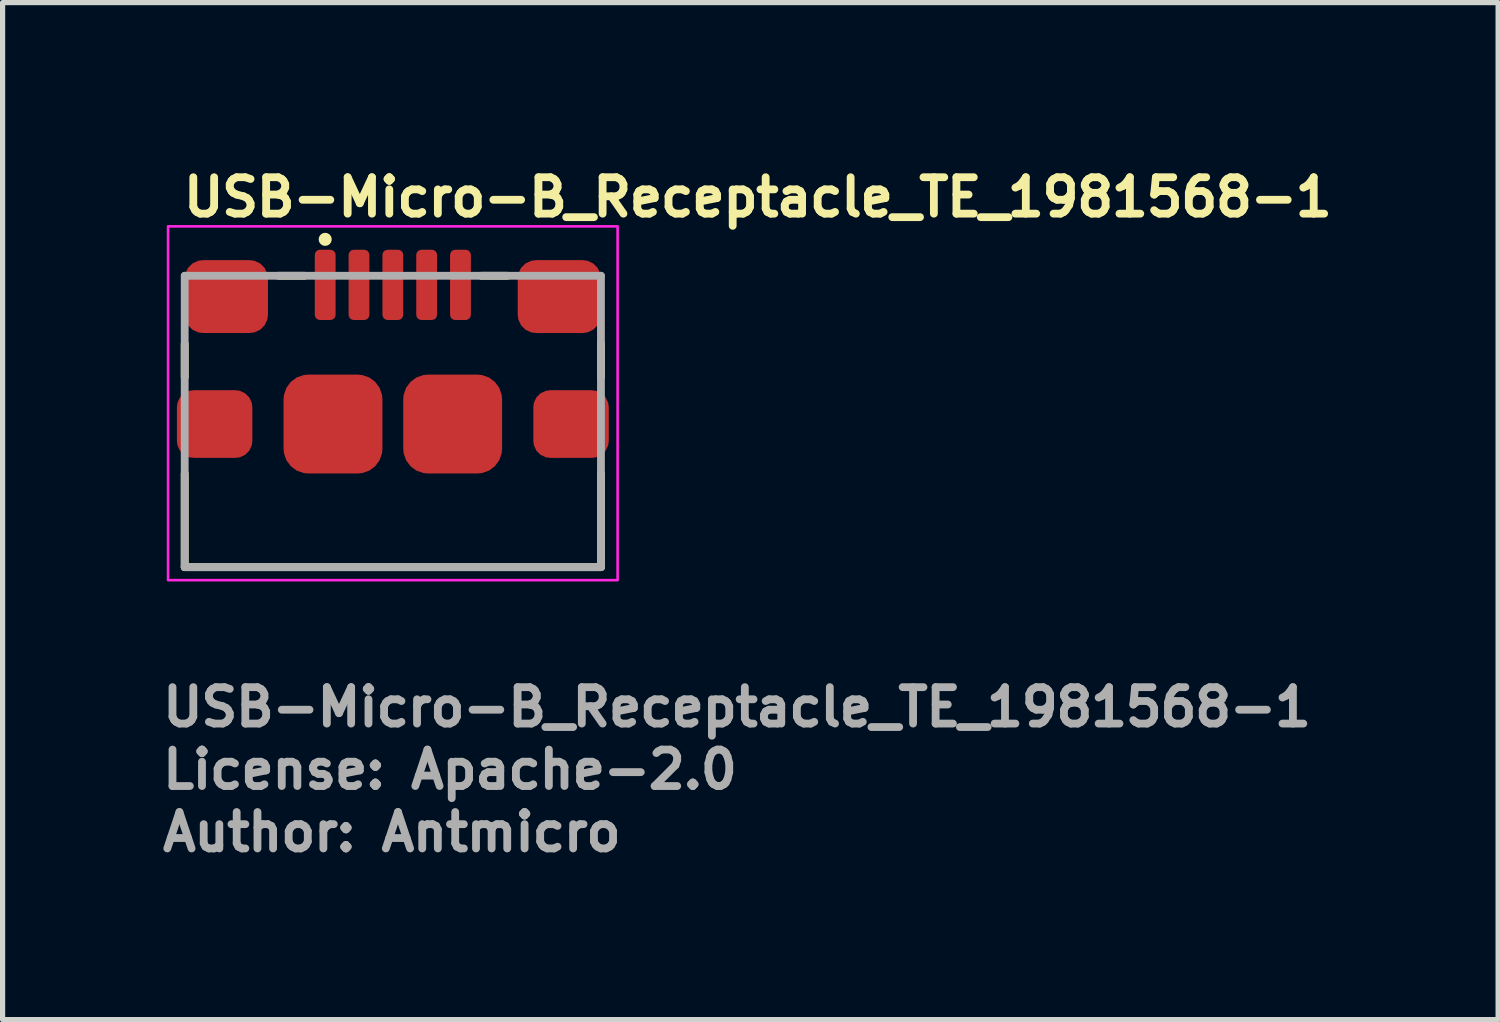
<source format=kicad_pcb>
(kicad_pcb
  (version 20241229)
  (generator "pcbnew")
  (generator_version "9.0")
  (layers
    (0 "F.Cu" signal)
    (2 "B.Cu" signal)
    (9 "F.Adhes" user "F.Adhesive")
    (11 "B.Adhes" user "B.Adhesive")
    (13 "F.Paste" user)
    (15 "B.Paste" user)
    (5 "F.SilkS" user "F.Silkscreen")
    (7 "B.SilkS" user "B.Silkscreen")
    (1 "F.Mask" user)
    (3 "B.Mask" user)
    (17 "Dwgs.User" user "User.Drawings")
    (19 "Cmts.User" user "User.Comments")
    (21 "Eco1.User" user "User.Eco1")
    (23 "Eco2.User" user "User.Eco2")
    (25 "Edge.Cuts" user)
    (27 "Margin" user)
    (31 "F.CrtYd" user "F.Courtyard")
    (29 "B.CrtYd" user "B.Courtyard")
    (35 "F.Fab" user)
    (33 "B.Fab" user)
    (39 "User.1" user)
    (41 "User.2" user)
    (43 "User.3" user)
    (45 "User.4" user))
  (footprint "USB-Micro-B_Receptacle_TE_1981568-1"
    (layer "F.Cu")
    (at 4.5 5.05)
    (property "Reference" "USB-Micro-B_Receptacle_TE_1981568-1" (at -4.1 -3.9 0) (layer "F.SilkS") (effects (font (size 0.7 0.7) (thickness 0.15)) (justify left bottom)))
    (attr smd)
    (fp_line (start -4 -1.49) (end -4 -0.85) (stroke (width 0.15) (type solid)) (layer "F.SilkS"))
    (fp_line (start -4 2.8) (end -4 1) (stroke (width 0.15) (type solid)) (layer "F.SilkS"))
    (fp_line (start -4 2.8) (end 4 2.8) (stroke (width 0.15) (type solid)) (layer "F.SilkS"))
    (fp_line (start -2.2 -2.8) (end -1.7 -2.8) (stroke (width 0.15) (type solid)) (layer "F.SilkS"))
    (fp_line (start 1.7 -2.8) (end 2.2 -2.8) (stroke (width 0.15) (type solid)) (layer "F.SilkS"))
    (fp_line (start 4 -1.49) (end 4 -0.85) (stroke (width 0.15) (type solid)) (layer "F.SilkS"))
    (fp_line (start 4 2.8) (end 4 1) (stroke (width 0.15) (type solid)) (layer "F.SilkS"))
    (fp_circle (center -1.3 -3.5) (end -1.25 -3.5) (stroke (width 0.15) (type solid)) (fill yes) (layer "F.SilkS"))
    (fp_rect (start -4.32 -3.75) (end 4.32 3.05) (stroke (width 0.05) (type solid)) (fill no) (layer "F.CrtYd"))
    (fp_line (start -4 -2.8) (end 4 -2.8) (stroke (width 0.15) (type solid)) (layer "F.Fab"))
    (fp_line (start -4 2.8) (end -4 -2.8) (stroke (width 0.15) (type solid)) (layer "F.Fab"))
    (fp_line (start 4 -2.8) (end 4 2.8) (stroke (width 0.15) (type solid)) (layer "F.Fab"))
    (fp_line (start 4 2.8) (end -4 2.8) (stroke (width 0.15) (type solid)) (layer "F.Fab"))
    (fp_rect (start -4 -2.8) (end 4 2.8) (stroke (width 0.1) (type solid)) (fill no) (layer "User.5"))
    (fp_line (start -4 2.561) (end -3.999 2.56) (stroke (width 0.02) (type solid)) (layer "User.9"))
    (fp_line (start -4 2.561) (end -3.807 2.79) (stroke (width 0.02) (type solid)) (layer "User.9"))
    (fp_line (start -3.999 2.56) (end -3.997 2.558) (stroke (width 0.02) (type solid)) (layer "User.9"))
    (fp_line (start -3.997 2.558) (end -3.994 2.555) (stroke (width 0.02) (type solid)) (layer "User.9"))
    (fp_line (start -3.994 2.555) (end -3.989 2.551) (stroke (width 0.02) (type solid)) (layer "User.9"))
    (fp_line (start -3.989 2.551) (end -3.982 2.546) (stroke (width 0.02) (type solid)) (layer "User.9"))
    (fp_line (start -3.982 2.546) (end -3.975 2.539) (stroke (width 0.02) (type solid)) (layer "User.9"))
    (fp_line (start -3.975 2.539) (end -3.966 2.532) (stroke (width 0.02) (type solid)) (layer "User.9"))
    (fp_line (start -3.966 2.532) (end -3.957 2.524) (stroke (width 0.02) (type solid)) (layer "User.9"))
    (fp_line (start -3.957 2.524) (end -3.946 2.515) (stroke (width 0.02) (type solid)) (layer "User.9"))
    (fp_line (start -3.946 2.515) (end -3.935 2.506) (stroke (width 0.02) (type solid)) (layer "User.9"))
    (fp_line (start -3.935 2.506) (end -3.923 2.496) (stroke (width 0.02) (type solid)) (layer "User.9"))
    (fp_line (start -3.923 2.496) (end -3.911 2.485) (stroke (width 0.02) (type solid)) (layer "User.9"))
    (fp_line (start -3.911 2.485) (end -3.898 2.475) (stroke (width 0.02) (type solid)) (layer "User.9"))
    (fp_line (start -3.9 -0.25) (end -3.9 0.35) (stroke (width 0.02) (type solid)) (layer "User.9"))
    (fp_line (start -3.9 0.35) (end -3.896 0.383) (stroke (width 0.02) (type solid)) (layer "User.9"))
    (fp_line (start -3.898 2.475) (end -3.885 2.464) (stroke (width 0.02) (type solid)) (layer "User.9"))
    (fp_line (start -3.896 -0.283) (end -3.9 -0.25) (stroke (width 0.02) (type solid)) (layer "User.9"))
    (fp_line (start -3.896 0.383) (end -3.885 0.415) (stroke (width 0.02) (type solid)) (layer "User.9"))
    (fp_line (start -3.885 -0.315) (end -3.896 -0.283) (stroke (width 0.02) (type solid)) (layer "User.9"))
    (fp_line (start -3.885 0.415) (end -3.867 0.444) (stroke (width 0.02) (type solid)) (layer "User.9"))
    (fp_line (start -3.885 2.464) (end -3.692 2.693) (stroke (width 0.02) (type solid)) (layer "User.9"))
    (fp_line (start -3.867 -0.344) (end -3.885 -0.315) (stroke (width 0.02) (type solid)) (layer "User.9"))
    (fp_line (start -3.867 0.444) (end -3.844 0.467) (stroke (width 0.02) (type solid)) (layer "User.9"))
    (fp_line (start -3.844 -0.367) (end -3.867 -0.344) (stroke (width 0.02) (type solid)) (layer "User.9"))
    (fp_line (start -3.844 0.467) (end -3.815 0.485) (stroke (width 0.02) (type solid)) (layer "User.9"))
    (fp_line (start -3.815 -0.385) (end -3.844 -0.367) (stroke (width 0.02) (type solid)) (layer "User.9"))
    (fp_line (start -3.815 0.485) (end -3.783 0.496) (stroke (width 0.02) (type solid)) (layer "User.9"))
    (fp_line (start -3.807 2.79) (end -4 2.561) (stroke (width 0.02) (type solid)) (layer "User.9"))
    (fp_line (start -3.806 2.789) (end -3.807 2.79) (stroke (width 0.02) (type solid)) (layer "User.9"))
    (fp_line (start -3.804 2.788) (end -3.806 2.789) (stroke (width 0.02) (type solid)) (layer "User.9"))
    (fp_line (start -3.8 2.785) (end -3.804 2.788) (stroke (width 0.02) (type solid)) (layer "User.9"))
    (fp_line (start -3.795 2.78) (end -3.8 2.785) (stroke (width 0.02) (type solid)) (layer "User.9"))
    (fp_line (start -3.789 2.775) (end -3.795 2.78) (stroke (width 0.02) (type solid)) (layer "User.9"))
    (fp_line (start -3.783 -0.396) (end -3.815 -0.385) (stroke (width 0.02) (type solid)) (layer "User.9"))
    (fp_line (start -3.783 0.496) (end -3.75 0.5) (stroke (width 0.02) (type solid)) (layer "User.9"))
    (fp_line (start -3.782 2.769) (end -3.789 2.775) (stroke (width 0.02) (type solid)) (layer "User.9"))
    (fp_line (start -3.773 2.762) (end -3.782 2.769) (stroke (width 0.02) (type solid)) (layer "User.9"))
    (fp_line (start -3.764 2.754) (end -3.773 2.762) (stroke (width 0.02) (type solid)) (layer "User.9"))
    (fp_line (start -3.753 2.745) (end -3.764 2.754) (stroke (width 0.02) (type solid)) (layer "User.9"))
    (fp_line (start -3.75 -2.8) (end -3.75 2.2) (stroke (width 0.02) (type solid)) (layer "User.9"))
    (fp_line (start -3.75 -2.8) (end -3.747 -2.8) (stroke (width 0.02) (type solid)) (layer "User.9"))
    (fp_line (start -3.75 -0.4) (end -3.783 -0.396) (stroke (width 0.02) (type solid)) (layer "User.9"))
    (fp_line (start -3.75 2.2) (end -3.75 2.35) (stroke (width 0.02) (type solid)) (layer "User.9"))
    (fp_line (start -3.75 2.2) (end -3.747 2.2) (stroke (width 0.02) (type solid)) (layer "User.9"))
    (fp_line (start -3.75 2.35) (end -3.885 2.464) (stroke (width 0.02) (type solid)) (layer "User.9"))
    (fp_line (start -3.747 -2.8) (end -3.737 -2.8) (stroke (width 0.02) (type solid)) (layer "User.9"))
    (fp_line (start -3.747 2.2) (end -3.737 2.2) (stroke (width 0.02) (type solid)) (layer "User.9"))
    (fp_line (start -3.742 2.735) (end -3.753 2.745) (stroke (width 0.02) (type solid)) (layer "User.9"))
    (fp_line (start -3.737 -2.8) (end -3.722 -2.8) (stroke (width 0.02) (type solid)) (layer "User.9"))
    (fp_line (start -3.737 2.2) (end -3.722 2.2) (stroke (width 0.02) (type solid)) (layer "User.9"))
    (fp_line (start -3.73 2.725) (end -3.742 2.735) (stroke (width 0.02) (type solid)) (layer "User.9"))
    (fp_line (start -3.722 -2.8) (end -3.7 -2.8) (stroke (width 0.02) (type solid)) (layer "User.9"))
    (fp_line (start -3.722 2.2) (end -3.7 2.2) (stroke (width 0.02) (type solid)) (layer "User.9"))
    (fp_line (start -3.718 2.715) (end -3.73 2.725) (stroke (width 0.02) (type solid)) (layer "User.9"))
    (fp_line (start -3.705 2.704) (end -3.718 2.715) (stroke (width 0.02) (type solid)) (layer "User.9"))
    (fp_line (start -3.7 -2.8) (end -3.673 -2.8) (stroke (width 0.02) (type solid)) (layer "User.9"))
    (fp_line (start -3.7 2.2) (end -3.673 2.2) (stroke (width 0.02) (type solid)) (layer "User.9"))
    (fp_line (start -3.692 2.693) (end -3.705 2.704) (stroke (width 0.02) (type solid)) (layer "User.9"))
    (fp_line (start -3.692 2.693) (end -3.557 2.579) (stroke (width 0.02) (type solid)) (layer "User.9"))
    (fp_line (start -3.673 -2.8) (end -3.641 -2.8) (stroke (width 0.02) (type solid)) (layer "User.9"))
    (fp_line (start -3.673 2.2) (end -3.641 2.2) (stroke (width 0.02) (type solid)) (layer "User.9"))
    (fp_line (start -3.641 -2.8) (end -3.604 -2.8) (stroke (width 0.02) (type solid)) (layer "User.9"))
    (fp_line (start -3.641 2.2) (end -3.604 2.2) (stroke (width 0.02) (type solid)) (layer "User.9"))
    (fp_line (start -3.604 -2.8) (end -3.562 -2.8) (stroke (width 0.02) (type solid)) (layer "User.9"))
    (fp_line (start -3.604 2.2) (end -3.562 2.2) (stroke (width 0.02) (type solid)) (layer "User.9"))
    (fp_line (start -3.562 -2.8) (end -3.516 -2.8) (stroke (width 0.02) (type solid)) (layer "User.9"))
    (fp_line (start -3.562 2.2) (end -3.516 2.2) (stroke (width 0.02) (type solid)) (layer "User.9"))
    (fp_line (start -3.557 2.579) (end -3.526 2.549) (stroke (width 0.02) (type solid)) (layer "User.9"))
    (fp_line (start -3.526 2.549) (end -3.499 2.515) (stroke (width 0.02) (type solid)) (layer "User.9"))
    (fp_line (start -3.516 -2.8) (end -3.467 -2.8) (stroke (width 0.02) (type solid)) (layer "User.9"))
    (fp_line (start -3.516 2.2) (end -3.467 2.2) (stroke (width 0.02) (type solid)) (layer "User.9"))
    (fp_line (start -3.499 2.515) (end -3.478 2.477) (stroke (width 0.02) (type solid)) (layer "User.9"))
    (fp_line (start -3.478 2.477) (end -3.463 2.436) (stroke (width 0.02) (type solid)) (layer "User.9"))
    (fp_line (start -3.467 -2.8) (end -3.415 -2.8) (stroke (width 0.02) (type solid)) (layer "User.9"))
    (fp_line (start -3.467 2.2) (end -3.415 2.2) (stroke (width 0.02) (type solid)) (layer "User.9"))
    (fp_line (start -3.463 2.436) (end -3.453 2.393) (stroke (width 0.02) (type solid)) (layer "User.9"))
    (fp_line (start -3.453 2.393) (end -3.45 2.35) (stroke (width 0.02) (type solid)) (layer "User.9"))
    (fp_line (start -3.45 2.35) (end -3.45 2.2) (stroke (width 0.02) (type solid)) (layer "User.9"))
    (fp_line (start -3.415 -2.8) (end -3.361 -2.8) (stroke (width 0.02) (type solid)) (layer "User.9"))
    (fp_line (start -3.415 2.2) (end -3.361 2.2) (stroke (width 0.02) (type solid)) (layer "User.9"))
    (fp_line (start -3.361 -2.8) (end -3.306 -2.8) (stroke (width 0.02) (type solid)) (layer "User.9"))
    (fp_line (start -3.361 2.2) (end -3.306 2.2) (stroke (width 0.02) (type solid)) (layer "User.9"))
    (fp_line (start -3.306 -2.8) (end -3.25 -2.8) (stroke (width 0.02) (type solid)) (layer "User.9"))
    (fp_line (start -3.306 2.2) (end -3.25 2.2) (stroke (width 0.02) (type solid)) (layer "User.9"))
    (fp_line (start -3.25 -2.8) (end -3.25 2.2) (stroke (width 0.02) (type solid)) (layer "User.9"))
    (fp_line (start -3.25 -2.8) (end -2.758 -2.8) (stroke (width 0.02) (type solid)) (layer "User.9"))
    (fp_line (start -3.25 2.2) (end -3.217 2.204) (stroke (width 0.02) (type solid)) (layer "User.9"))
    (fp_line (start -3.217 2.204) (end -3.185 2.215) (stroke (width 0.02) (type solid)) (layer "User.9"))
    (fp_line (start -3.185 2.215) (end -3.156 2.233) (stroke (width 0.02) (type solid)) (layer "User.9"))
    (fp_line (start -3.156 2.233) (end -3.133 2.256) (stroke (width 0.02) (type solid)) (layer "User.9"))
    (fp_line (start -3.15 -1.9) (end -3.15 -1.8) (stroke (width 0.02) (type solid)) (layer "User.9"))
    (fp_line (start -3.15 -1.8) (end -3.147 -1.774) (stroke (width 0.02) (type solid)) (layer "User.9"))
    (fp_line (start -3.147 -1.926) (end -3.15 -1.9) (stroke (width 0.02) (type solid)) (layer "User.9"))
    (fp_line (start -3.147 -1.774) (end -3.137 -1.75) (stroke (width 0.02) (type solid)) (layer "User.9"))
    (fp_line (start -3.137 -1.95) (end -3.147 -1.926) (stroke (width 0.02) (type solid)) (layer "User.9"))
    (fp_line (start -3.137 -1.75) (end -3.121 -1.729) (stroke (width 0.02) (type solid)) (layer "User.9"))
    (fp_line (start -3.133 2.256) (end -3.115 2.285) (stroke (width 0.02) (type solid)) (layer "User.9"))
    (fp_line (start -3.121 -1.971) (end -3.137 -1.95) (stroke (width 0.02) (type solid)) (layer "User.9"))
    (fp_line (start -3.121 -1.729) (end -3.1 -1.713) (stroke (width 0.02) (type solid)) (layer "User.9"))
    (fp_line (start -3.115 2.285) (end -3.104 2.317) (stroke (width 0.02) (type solid)) (layer "User.9"))
    (fp_line (start -3.104 2.317) (end -3.1 2.35) (stroke (width 0.02) (type solid)) (layer "User.9"))
    (fp_line (start -3.1 -1.987) (end -3.121 -1.971) (stroke (width 0.02) (type solid)) (layer "User.9"))
    (fp_line (start -3.1 -1.713) (end -3.076 -1.703) (stroke (width 0.02) (type solid)) (layer "User.9"))
    (fp_line (start -3.1 2.35) (end -3.1 2.467) (stroke (width 0.02) (type solid)) (layer "User.9"))
    (fp_line (start -3.1 2.35) (end 3.1 2.35) (stroke (width 0.02) (type solid)) (layer "User.9"))
    (fp_line (start -3.1 2.467) (end -3.097 2.484) (stroke (width 0.02) (type solid)) (layer "User.9"))
    (fp_line (start -3.1 2.717) (end -3.1 2.467) (stroke (width 0.02) (type solid)) (layer "User.9"))
    (fp_line (start -3.097 2.484) (end -3.089 2.499) (stroke (width 0.02) (type solid)) (layer "User.9"))
    (fp_line (start -3.097 2.733) (end -3.1 2.717) (stroke (width 0.02) (type solid)) (layer "User.9"))
    (fp_line (start -3.089 2.499) (end -3.075 2.514) (stroke (width 0.02) (type solid)) (layer "User.9"))
    (fp_line (start -3.089 2.749) (end -3.097 2.733) (stroke (width 0.02) (type solid)) (layer "User.9"))
    (fp_line (start -3.076 -1.997) (end -3.1 -1.987) (stroke (width 0.02) (type solid)) (layer "User.9"))
    (fp_line (start -3.076 -1.703) (end -3.05 -1.7) (stroke (width 0.02) (type solid)) (layer "User.9"))
    (fp_line (start -3.075 2.514) (end -3.056 2.526) (stroke (width 0.02) (type solid)) (layer "User.9"))
    (fp_line (start -3.075 2.763) (end -3.089 2.749) (stroke (width 0.02) (type solid)) (layer "User.9"))
    (fp_line (start -3.056 2.526) (end -3.033 2.537) (stroke (width 0.02) (type solid)) (layer "User.9"))
    (fp_line (start -3.056 2.776) (end -3.075 2.763) (stroke (width 0.02) (type solid)) (layer "User.9"))
    (fp_line (start -3.05 -2) (end -3.076 -1.997) (stroke (width 0.02) (type solid)) (layer "User.9"))
    (fp_line (start -3.05 -2) (end -2.758 -2) (stroke (width 0.02) (type solid)) (layer "User.9"))
    (fp_line (start -3.05 -1.7) (end -1.325 -1.7) (stroke (width 0.02) (type solid)) (layer "User.9"))
    (fp_line (start -3.033 2.537) (end -3.007 2.544) (stroke (width 0.02) (type solid)) (layer "User.9"))
    (fp_line (start -3.033 2.786) (end -3.056 2.776) (stroke (width 0.02) (type solid)) (layer "User.9"))
    (fp_line (start -3.007 2.544) (end -2.979 2.549) (stroke (width 0.02) (type solid)) (layer "User.9"))
    (fp_line (start -3.007 2.794) (end -3.033 2.786) (stroke (width 0.02) (type solid)) (layer "User.9"))
    (fp_line (start -2.979 2.549) (end -2.95 2.551) (stroke (width 0.02) (type solid)) (layer "User.9"))
    (fp_line (start -2.979 2.798) (end -3.007 2.794) (stroke (width 0.02) (type solid)) (layer "User.9"))
    (fp_line (start -2.95 2.551) (end 2.95 2.551) (stroke (width 0.02) (type solid)) (layer "User.9"))
    (fp_line (start -2.95 2.8) (end -2.979 2.798) (stroke (width 0.02) (type solid)) (layer "User.9"))
    (fp_line (start -2.95 2.8) (end -2.95 2.551) (stroke (width 0.02) (type solid)) (layer "User.9"))
    (fp_line (start -2.95 2.8) (end 2.95 2.8) (stroke (width 0.02) (type solid)) (layer "User.9"))
    (fp_line (start -2.845 1.15) (end -2.842 1.176) (stroke (width 0.02) (type solid)) (layer "User.9"))
    (fp_line (start -2.842 1.124) (end -2.845 1.15) (stroke (width 0.02) (type solid)) (layer "User.9"))
    (fp_line (start -2.842 1.176) (end -2.832 1.2) (stroke (width 0.02) (type solid)) (layer "User.9"))
    (fp_line (start -2.832 1.1) (end -2.842 1.124) (stroke (width 0.02) (type solid)) (layer "User.9"))
    (fp_line (start -2.832 1.2) (end -2.816 1.221) (stroke (width 0.02) (type solid)) (layer "User.9"))
    (fp_line (start -2.816 1.221) (end -2.795 1.237) (stroke (width 0.02) (type solid)) (layer "User.9"))
    (fp_line (start -2.797 1.235) (end -2.797 1.041) (stroke (width 0.02) (type solid)) (layer "User.9"))
    (fp_line (start -2.795 1.237) (end -2.771 1.247) (stroke (width 0.02) (type solid)) (layer "User.9"))
    (fp_line (start -2.771 1.247) (end -2.745 1.25) (stroke (width 0.02) (type solid)) (layer "User.9"))
    (fp_line (start -2.758 -2.8) (end -2.758 -2) (stroke (width 0.02) (type solid)) (layer "User.9"))
    (fp_line (start -2.758 -2.8) (end -2.746 -2.8) (stroke (width 0.02) (type solid)) (layer "User.9"))
    (fp_line (start -2.758 -2) (end -2.746 -2) (stroke (width 0.02) (type solid)) (layer "User.9"))
    (fp_line (start -2.746 -2.8) (end -2.733 -2.8) (stroke (width 0.02) (type solid)) (layer "User.9"))
    (fp_line (start -2.746 -2) (end -2.733 -2) (stroke (width 0.02) (type solid)) (layer "User.9"))
    (fp_line (start -2.745 -0.25) (end -2.745 0.95) (stroke (width 0.02) (type solid)) (layer "User.9"))
    (fp_line (start -2.745 0.5) (end -2.3 0.5) (stroke (width 0.02) (type solid)) (layer "User.9"))
    (fp_line (start -2.745 0.95) (end -2.832 1.1) (stroke (width 0.02) (type solid)) (layer "User.9"))
    (fp_line (start -2.745 1.55) (end -2.745 1.25) (stroke (width 0.02) (type solid)) (layer "User.9"))
    (fp_line (start -2.745 1.66) (end -2.745 1.55) (stroke (width 0.02) (type solid)) (layer "User.9"))
    (fp_line (start -2.741 0.8) (end -2.745 0.8) (stroke (width 0.02) (type solid)) (layer "User.9"))
    (fp_line (start -2.737 0.8) (end -2.741 0.8) (stroke (width 0.02) (type solid)) (layer "User.9"))
    (fp_line (start -2.734 0.8) (end -2.737 0.8) (stroke (width 0.02) (type solid)) (layer "User.9"))
    (fp_line (start -2.733 -2.8) (end -2.721 -2.8) (stroke (width 0.02) (type solid)) (layer "User.9"))
    (fp_line (start -2.733 -2) (end -2.721 -2) (stroke (width 0.02) (type solid)) (layer "User.9"))
    (fp_line (start -2.73 0.8) (end -2.734 0.8) (stroke (width 0.02) (type solid)) (layer "User.9"))
    (fp_line (start -2.726 0.8) (end -2.73 0.8) (stroke (width 0.02) (type solid)) (layer "User.9"))
    (fp_line (start -2.722 0.8) (end -2.726 0.8) (stroke (width 0.02) (type solid)) (layer "User.9"))
    (fp_line (start -2.721 -2.8) (end -2.709 -2.8) (stroke (width 0.02) (type solid)) (layer "User.9"))
    (fp_line (start -2.721 -2) (end -2.709 -2) (stroke (width 0.02) (type solid)) (layer "User.9"))
    (fp_line (start -2.718 0.8) (end -2.722 0.8) (stroke (width 0.02) (type solid)) (layer "User.9"))
    (fp_line (start -2.714 0.8) (end -2.718 0.8) (stroke (width 0.02) (type solid)) (layer "User.9"))
    (fp_line (start -2.71 0.8) (end -2.714 0.8) (stroke (width 0.02) (type solid)) (layer "User.9"))
    (fp_line (start -2.709 -2.8) (end -2.697 -2.8) (stroke (width 0.02) (type solid)) (layer "User.9"))
    (fp_line (start -2.709 -2) (end -2.697 -2) (stroke (width 0.02) (type solid)) (layer "User.9"))
    (fp_line (start -2.706 0.8) (end -2.71 0.8) (stroke (width 0.02) (type solid)) (layer "User.9"))
    (fp_line (start -2.702 0.8) (end -2.706 0.8) (stroke (width 0.02) (type solid)) (layer "User.9"))
    (fp_line (start -2.698 0.8) (end -2.702 0.8) (stroke (width 0.02) (type solid)) (layer "User.9"))
    (fp_line (start -2.697 -2.8) (end -2.685 -2.8) (stroke (width 0.02) (type solid)) (layer "User.9"))
    (fp_line (start -2.697 -2) (end -2.685 -2) (stroke (width 0.02) (type solid)) (layer "User.9"))
    (fp_line (start -2.694 0.8) (end -2.698 0.8) (stroke (width 0.02) (type solid)) (layer "User.9"))
    (fp_line (start -2.69 0.8) (end -2.694 0.8) (stroke (width 0.02) (type solid)) (layer "User.9"))
    (fp_line (start -2.69 0.8) (end -2.69 1.25) (stroke (width 0.02) (type solid)) (layer "User.9"))
    (fp_line (start -2.685 -2.8) (end -2.674 -2.8) (stroke (width 0.02) (type solid)) (layer "User.9"))
    (fp_line (start -2.685 -2) (end -2.674 -2) (stroke (width 0.02) (type solid)) (layer "User.9"))
    (fp_line (start -2.674 -2.8) (end -2.663 -2.8) (stroke (width 0.02) (type solid)) (layer "User.9"))
    (fp_line (start -2.674 -2) (end -2.663 -2) (stroke (width 0.02) (type solid)) (layer "User.9"))
    (fp_line (start -2.663 -2.8) (end -2.652 -2.8) (stroke (width 0.02) (type solid)) (layer "User.9"))
    (fp_line (start -2.663 -2) (end -2.652 -2) (stroke (width 0.02) (type solid)) (layer "User.9"))
    (fp_line (start -2.652 -2.8) (end -2.642 -2.8) (stroke (width 0.02) (type solid)) (layer "User.9"))
    (fp_line (start -2.652 -2) (end -2.642 -2) (stroke (width 0.02) (type solid)) (layer "User.9"))
    (fp_line (start -2.642 -2.8) (end -2.632 -2.8) (stroke (width 0.02) (type solid)) (layer "User.9"))
    (fp_line (start -2.642 -2) (end -2.632 -2) (stroke (width 0.02) (type solid)) (layer "User.9"))
    (fp_line (start -2.632 -2.8) (end -2.622 -2.8) (stroke (width 0.02) (type solid)) (layer "User.9"))
    (fp_line (start -2.632 -2) (end -2.622 -2) (stroke (width 0.02) (type solid)) (layer "User.9"))
    (fp_line (start -2.622 -2.8) (end -2.613 -2.8) (stroke (width 0.02) (type solid)) (layer "User.9"))
    (fp_line (start -2.622 -2) (end -2.613 -2) (stroke (width 0.02) (type solid)) (layer "User.9"))
    (fp_line (start -2.613 -2.8) (end -2.605 -2.8) (stroke (width 0.02) (type solid)) (layer "User.9"))
    (fp_line (start -2.613 -2) (end -2.605 -2) (stroke (width 0.02) (type solid)) (layer "User.9"))
    (fp_line (start -2.605 -2.8) (end -2.605 -2) (stroke (width 0.02) (type solid)) (layer "User.9"))
    (fp_line (start -2.605 -2.8) (end -1.944 -2.8) (stroke (width 0.02) (type solid)) (layer "User.9"))
    (fp_line (start -2.605 -2) (end -2.38 -2) (stroke (width 0.02) (type solid)) (layer "User.9"))
    (fp_line (start -2.38 -2) (end -2.38 -2.05) (stroke (width 0.02) (type solid)) (layer "User.9"))
    (fp_line (start -2.3 0.5) (end -2.274 0.503) (stroke (width 0.02) (type solid)) (layer "User.9"))
    (fp_line (start -2.3 0.8) (end -2.69 0.8) (stroke (width 0.02) (type solid)) (layer "User.9"))
    (fp_line (start -2.274 0.503) (end -2.25 0.513) (stroke (width 0.02) (type solid)) (layer "User.9"))
    (fp_line (start -2.274 0.797) (end -2.3 0.8) (stroke (width 0.02) (type solid)) (layer "User.9"))
    (fp_line (start -2.25 0.513) (end -2.229 0.529) (stroke (width 0.02) (type solid)) (layer "User.9"))
    (fp_line (start -2.25 0.787) (end -2.274 0.797) (stroke (width 0.02) (type solid)) (layer "User.9"))
    (fp_line (start -2.229 0.529) (end -2.213 0.55) (stroke (width 0.02) (type solid)) (layer "User.9"))
    (fp_line (start -2.229 0.771) (end -2.25 0.787) (stroke (width 0.02) (type solid)) (layer "User.9"))
    (fp_line (start -2.213 0.55) (end -2.203 0.574) (stroke (width 0.02) (type solid)) (layer "User.9"))
    (fp_line (start -2.213 0.75) (end -2.229 0.771) (stroke (width 0.02) (type solid)) (layer "User.9"))
    (fp_line (start -2.203 0.574) (end -2.2 0.6) (stroke (width 0.02) (type solid)) (layer "User.9"))
    (fp_line (start -2.203 0.726) (end -2.213 0.75) (stroke (width 0.02) (type solid)) (layer "User.9"))
    (fp_line (start -2.2 0.6) (end -2.2 0.7) (stroke (width 0.02) (type solid)) (layer "User.9"))
    (fp_line (start -2.2 0.7) (end -2.203 0.726) (stroke (width 0.02) (type solid)) (layer "User.9"))
    (fp_line (start -2.005 -0.25) (end -2.745 -0.25) (stroke (width 0.02) (type solid)) (layer "User.9"))
    (fp_line (start -2.005 0.95) (end -2.005 -0.25) (stroke (width 0.02) (type solid)) (layer "User.9"))
    (fp_line (start -2.005 1.25) (end -2.745 1.25) (stroke (width 0.02) (type solid)) (layer "User.9"))
    (fp_line (start -2.005 1.25) (end -1.979 1.247) (stroke (width 0.02) (type solid)) (layer "User.9"))
    (fp_line (start -2.005 1.55) (end -2.745 1.55) (stroke (width 0.02) (type solid)) (layer "User.9"))
    (fp_line (start -2.005 1.55) (end -2.005 1.25) (stroke (width 0.02) (type solid)) (layer "User.9"))
    (fp_line (start -2.005 1.66) (end -2.745 1.66) (stroke (width 0.02) (type solid)) (layer "User.9"))
    (fp_line (start -2.005 1.66) (end -2.005 1.55) (stroke (width 0.02) (type solid)) (layer "User.9"))
    (fp_line (start -1.979 1.247) (end -1.955 1.237) (stroke (width 0.02) (type solid)) (layer "User.9"))
    (fp_line (start -1.955 1.237) (end -1.934 1.221) (stroke (width 0.02) (type solid)) (layer "User.9"))
    (fp_line (start -1.944 -2.8) (end -1.944 -2.05) (stroke (width 0.02) (type solid)) (layer "User.9"))
    (fp_line (start -1.934 1.221) (end -1.918 1.2) (stroke (width 0.02) (type solid)) (layer "User.9"))
    (fp_line (start -1.918 1.1) (end -2.005 0.95) (stroke (width 0.02) (type solid)) (layer "User.9"))
    (fp_line (start -1.918 1.2) (end -1.908 1.176) (stroke (width 0.02) (type solid)) (layer "User.9"))
    (fp_line (start -1.908 1.124) (end -1.918 1.1) (stroke (width 0.02) (type solid)) (layer "User.9"))
    (fp_line (start -1.908 1.176) (end -1.905 1.15) (stroke (width 0.02) (type solid)) (layer "User.9"))
    (fp_line (start -1.905 1.15) (end -1.908 1.124) (stroke (width 0.02) (type solid)) (layer "User.9"))
    (fp_line (start -1.9 -2.8) (end -1.9 -2.5) (stroke (width 0.02) (type solid)) (layer "User.9"))
    (fp_line (start -1.9 -2.8) (end -1.175 -2.8) (stroke (width 0.02) (type solid)) (layer "User.9"))
    (fp_line (start -1.9 -2.5) (end -1.175 -2.5) (stroke (width 0.02) (type solid)) (layer "User.9"))
    (fp_line (start -1.425 -2.5) (end -1.425 -2.3) (stroke (width 0.02) (type solid)) (layer "User.9"))
    (fp_line (start -1.425 -2.3) (end -1.425 -2.289) (stroke (width 0.02) (type solid)) (layer "User.9"))
    (fp_line (start -1.425 -2.3) (end -1.175 -2.3) (stroke (width 0.02) (type solid)) (layer "User.9"))
    (fp_line (start -1.425 -2.289) (end -1.425 -2.278) (stroke (width 0.02) (type solid)) (layer "User.9"))
    (fp_line (start -1.425 -2.278) (end -1.425 -2.267) (stroke (width 0.02) (type solid)) (layer "User.9"))
    (fp_line (start -1.425 -2.267) (end -1.425 -2.257) (stroke (width 0.02) (type solid)) (layer "User.9"))
    (fp_line (start -1.425 -2.257) (end -1.425 -2.247) (stroke (width 0.02) (type solid)) (layer "User.9"))
    (fp_line (start -1.425 -2.247) (end -1.425 -2.238) (stroke (width 0.02) (type solid)) (layer "User.9"))
    (fp_line (start -1.425 -2.238) (end -1.425 -2.229) (stroke (width 0.02) (type solid)) (layer "User.9"))
    (fp_line (start -1.425 -2.229) (end -1.425 -2.222) (stroke (width 0.02) (type solid)) (layer "User.9"))
    (fp_line (start -1.425 -2.222) (end -1.425 -2.215) (stroke (width 0.02) (type solid)) (layer "User.9"))
    (fp_line (start -1.425 -2.215) (end -1.425 -2.21) (stroke (width 0.02) (type solid)) (layer "User.9"))
    (fp_line (start -1.425 -2.21) (end -1.425 -2.206) (stroke (width 0.02) (type solid)) (layer "User.9"))
    (fp_line (start -1.425 -2.206) (end -1.425 -2.203) (stroke (width 0.02) (type solid)) (layer "User.9"))
    (fp_line (start -1.425 -2.203) (end -1.425 -2.201) (stroke (width 0.02) (type solid)) (layer "User.9"))
    (fp_line (start -1.425 -2.201) (end -1.425 -2.2) (stroke (width 0.02) (type solid)) (layer "User.9"))
    (fp_line (start -1.425 -2.2) (end -1.425 -2.199) (stroke (width 0.02) (type solid)) (layer "User.9"))
    (fp_line (start -1.425 -2.2) (end -1.175 -2.2) (stroke (width 0.02) (type solid)) (layer "User.9"))
    (fp_line (start -1.425 -2.2) (end -1.175 -2.2) (stroke (width 0.02) (type solid)) (layer "User.9"))
    (fp_line (start -1.425 -2.199) (end -1.425 -2.197) (stroke (width 0.02) (type solid)) (layer "User.9"))
    (fp_line (start -1.425 -2.197) (end -1.425 -2.192) (stroke (width 0.02) (type solid)) (layer "User.9"))
    (fp_line (start -1.425 -2.192) (end -1.425 -2.186) (stroke (width 0.02) (type solid)) (layer "User.9"))
    (fp_line (start -1.425 -2.186) (end -1.425 -2.179) (stroke (width 0.02) (type solid)) (layer "User.9"))
    (fp_line (start -1.425 -2.179) (end -1.425 -2.17) (stroke (width 0.02) (type solid)) (layer "User.9"))
    (fp_line (start -1.425 -2.17) (end -1.425 -2.159) (stroke (width 0.02) (type solid)) (layer "User.9"))
    (fp_line (start -1.425 -2.159) (end -1.425 -2.147) (stroke (width 0.02) (type solid)) (layer "User.9"))
    (fp_line (start -1.425 -2.147) (end -1.425 -2.134) (stroke (width 0.02) (type solid)) (layer "User.9"))
    (fp_line (start -1.425 -2.134) (end -1.425 -2.119) (stroke (width 0.02) (type solid)) (layer "User.9"))
    (fp_line (start -1.425 -2.119) (end -1.425 -2.103) (stroke (width 0.02) (type solid)) (layer "User.9"))
    (fp_line (start -1.425 -2.103) (end -1.425 -2.086) (stroke (width 0.02) (type solid)) (layer "User.9"))
    (fp_line (start -1.425 -2.086) (end -1.425 -2.069) (stroke (width 0.02) (type solid)) (layer "User.9"))
    (fp_line (start -1.425 -2.069) (end -1.425 -2.05) (stroke (width 0.02) (type solid)) (layer "User.9"))
    (fp_line (start -1.325 -1.7) (end -1.292 -1.704) (stroke (width 0.02) (type solid)) (layer "User.9"))
    (fp_line (start -1.292 -1.704) (end -1.26 -1.715) (stroke (width 0.02) (type solid)) (layer "User.9"))
    (fp_line (start -1.26 -1.715) (end -1.231 -1.733) (stroke (width 0.02) (type solid)) (layer "User.9"))
    (fp_line (start -1.231 -1.733) (end -1.208 -1.756) (stroke (width 0.02) (type solid)) (layer "User.9"))
    (fp_line (start -1.208 -1.756) (end -1.19 -1.785) (stroke (width 0.02) (type solid)) (layer "User.9"))
    (fp_line (start -1.19 -1.785) (end -1.179 -1.817) (stroke (width 0.02) (type solid)) (layer "User.9"))
    (fp_line (start -1.179 -1.817) (end -1.175 -1.85) (stroke (width 0.02) (type solid)) (layer "User.9"))
    (fp_line (start -1.175 -2.8) (end -1.175 -1.85) (stroke (width 0.02) (type solid)) (layer "User.9"))
    (fp_line (start -1.175 -2.8) (end -0.775 -2.8) (stroke (width 0.02) (type solid)) (layer "User.9"))
    (fp_line (start -1.175 -2.05) (end -2.38 -2.05) (stroke (width 0.02) (type solid)) (layer "User.9"))
    (fp_line (start -0.775 -2.8) (end -0.775 -2.15) (stroke (width 0.02) (type solid)) (layer "User.9"))
    (fp_line (start -0.775 -2.8) (end 0.775 -2.8) (stroke (width 0.02) (type solid)) (layer "User.9"))
    (fp_line (start -0.775 -2.5) (end 0.775 -2.5) (stroke (width 0.02) (type solid)) (layer "User.9"))
    (fp_line (start -0.775 -2.3) (end -0.525 -2.3) (stroke (width 0.02) (type solid)) (layer "User.9"))
    (fp_line (start -0.775 -2.2) (end -0.525 -2.2) (stroke (width 0.02) (type solid)) (layer "User.9"))
    (fp_line (start -0.775 -2.2) (end -0.525 -2.2) (stroke (width 0.02) (type solid)) (layer "User.9"))
    (fp_line (start -0.775 -2.15) (end -0.771 -2.117) (stroke (width 0.02) (type solid)) (layer "User.9"))
    (fp_line (start -0.771 -2.117) (end -0.76 -2.085) (stroke (width 0.02) (type solid)) (layer "User.9"))
    (fp_line (start -0.76 -2.085) (end -0.742 -2.056) (stroke (width 0.02) (type solid)) (layer "User.9"))
    (fp_line (start -0.742 -2.056) (end -0.719 -2.033) (stroke (width 0.02) (type solid)) (layer "User.9"))
    (fp_line (start -0.719 -2.033) (end -0.69 -2.015) (stroke (width 0.02) (type solid)) (layer "User.9"))
    (fp_line (start -0.69 -2.015) (end -0.658 -2.004) (stroke (width 0.02) (type solid)) (layer "User.9"))
    (fp_line (start -0.658 -2.004) (end -0.625 -2) (stroke (width 0.02) (type solid)) (layer "User.9"))
    (fp_line (start -0.625 -2) (end 0.625 -2) (stroke (width 0.02) (type solid)) (layer "User.9"))
    (fp_line (start -0.525 -2.5) (end -0.525 -2.3) (stroke (width 0.02) (type solid)) (layer "User.9"))
    (fp_line (start -0.525 -2.3) (end -0.525 -2.289) (stroke (width 0.02) (type solid)) (layer "User.9"))
    (fp_line (start -0.525 -2.289) (end -0.525 -2.278) (stroke (width 0.02) (type solid)) (layer "User.9"))
    (fp_line (start -0.525 -2.278) (end -0.525 -2.267) (stroke (width 0.02) (type solid)) (layer "User.9"))
    (fp_line (start -0.525 -2.267) (end -0.525 -2.257) (stroke (width 0.02) (type solid)) (layer "User.9"))
    (fp_line (start -0.525 -2.257) (end -0.525 -2.247) (stroke (width 0.02) (type solid)) (layer "User.9"))
    (fp_line (start -0.525 -2.247) (end -0.525 -2.238) (stroke (width 0.02) (type solid)) (layer "User.9"))
    (fp_line (start -0.525 -2.238) (end -0.525 -2.229) (stroke (width 0.02) (type solid)) (layer "User.9"))
    (fp_line (start -0.525 -2.229) (end -0.525 -2.222) (stroke (width 0.02) (type solid)) (layer "User.9"))
    (fp_line (start -0.525 -2.222) (end -0.525 -2.215) (stroke (width 0.02) (type solid)) (layer "User.9"))
    (fp_line (start -0.525 -2.215) (end -0.525 -2.21) (stroke (width 0.02) (type solid)) (layer "User.9"))
    (fp_line (start -0.525 -2.21) (end -0.525 -2.206) (stroke (width 0.02) (type solid)) (layer "User.9"))
    (fp_line (start -0.525 -2.206) (end -0.525 -2.203) (stroke (width 0.02) (type solid)) (layer "User.9"))
    (fp_line (start -0.525 -2.203) (end -0.525 -2.201) (stroke (width 0.02) (type solid)) (layer "User.9"))
    (fp_line (start -0.525 -2.201) (end -0.525 -2.2) (stroke (width 0.02) (type solid)) (layer "User.9"))
    (fp_line (start -0.525 -2.2) (end -0.525 -2.199) (stroke (width 0.02) (type solid)) (layer "User.9"))
    (fp_line (start -0.525 -2.199) (end -0.525 -2.197) (stroke (width 0.02) (type solid)) (layer "User.9"))
    (fp_line (start -0.525 -2.197) (end -0.525 -2.192) (stroke (width 0.02) (type solid)) (layer "User.9"))
    (fp_line (start -0.525 -2.192) (end -0.525 -2.186) (stroke (width 0.02) (type solid)) (layer "User.9"))
    (fp_line (start -0.525 -2.186) (end -0.525 -2.179) (stroke (width 0.02) (type solid)) (layer "User.9"))
    (fp_line (start -0.525 -2.179) (end -0.525 -2.17) (stroke (width 0.02) (type solid)) (layer "User.9"))
    (fp_line (start -0.525 -2.17) (end -0.525 -2.159) (stroke (width 0.02) (type solid)) (layer "User.9"))
    (fp_line (start -0.525 -2.159) (end -0.525 -2.147) (stroke (width 0.02) (type solid)) (layer "User.9"))
    (fp_line (start -0.525 -2.147) (end -0.525 -2.134) (stroke (width 0.02) (type solid)) (layer "User.9"))
    (fp_line (start -0.525 -2.134) (end -0.525 -2.119) (stroke (width 0.02) (type solid)) (layer "User.9"))
    (fp_line (start -0.525 -2.119) (end -0.525 -2.103) (stroke (width 0.02) (type solid)) (layer "User.9"))
    (fp_line (start -0.525 -2.103) (end -0.525 -2.086) (stroke (width 0.02) (type solid)) (layer "User.9"))
    (fp_line (start -0.525 -2.086) (end -0.525 -2.069) (stroke (width 0.02) (type solid)) (layer "User.9"))
    (fp_line (start -0.525 -2.069) (end -0.525 -2.05) (stroke (width 0.02) (type solid)) (layer "User.9"))
    (fp_line (start -0.125 -2.5) (end -0.125 -2.3) (stroke (width 0.02) (type solid)) (layer "User.9"))
    (fp_line (start -0.125 -2.3) (end -0.125 -2.289) (stroke (width 0.02) (type solid)) (layer "User.9"))
    (fp_line (start -0.125 -2.3) (end 0.125 -2.3) (stroke (width 0.02) (type solid)) (layer "User.9"))
    (fp_line (start -0.125 -2.289) (end -0.125 -2.278) (stroke (width 0.02) (type solid)) (layer "User.9"))
    (fp_line (start -0.125 -2.278) (end -0.125 -2.267) (stroke (width 0.02) (type solid)) (layer "User.9"))
    (fp_line (start -0.125 -2.267) (end -0.125 -2.257) (stroke (width 0.02) (type solid)) (layer "User.9"))
    (fp_line (start -0.125 -2.257) (end -0.125 -2.247) (stroke (width 0.02) (type solid)) (layer "User.9"))
    (fp_line (start -0.125 -2.247) (end -0.125 -2.238) (stroke (width 0.02) (type solid)) (layer "User.9"))
    (fp_line (start -0.125 -2.238) (end -0.125 -2.229) (stroke (width 0.02) (type solid)) (layer "User.9"))
    (fp_line (start -0.125 -2.229) (end -0.125 -2.222) (stroke (width 0.02) (type solid)) (layer "User.9"))
    (fp_line (start -0.125 -2.222) (end -0.125 -2.215) (stroke (width 0.02) (type solid)) (layer "User.9"))
    (fp_line (start -0.125 -2.215) (end -0.125 -2.21) (stroke (width 0.02) (type solid)) (layer "User.9"))
    (fp_line (start -0.125 -2.21) (end -0.125 -2.206) (stroke (width 0.02) (type solid)) (layer "User.9"))
    (fp_line (start -0.125 -2.206) (end -0.125 -2.203) (stroke (width 0.02) (type solid)) (layer "User.9"))
    (fp_line (start -0.125 -2.203) (end -0.125 -2.201) (stroke (width 0.02) (type solid)) (layer "User.9"))
    (fp_line (start -0.125 -2.201) (end -0.125 -2.2) (stroke (width 0.02) (type solid)) (layer "User.9"))
    (fp_line (start -0.125 -2.2) (end -0.125 -2.199) (stroke (width 0.02) (type solid)) (layer "User.9"))
    (fp_line (start -0.125 -2.2) (end 0.125 -2.2) (stroke (width 0.02) (type solid)) (layer "User.9"))
    (fp_line (start -0.125 -2.2) (end 0.125 -2.2) (stroke (width 0.02) (type solid)) (layer "User.9"))
    (fp_line (start -0.125 -2.199) (end -0.125 -2.197) (stroke (width 0.02) (type solid)) (layer "User.9"))
    (fp_line (start -0.125 -2.197) (end -0.125 -2.192) (stroke (width 0.02) (type solid)) (layer "User.9"))
    (fp_line (start -0.125 -2.192) (end -0.125 -2.186) (stroke (width 0.02) (type solid)) (layer "User.9"))
    (fp_line (start -0.125 -2.186) (end -0.125 -2.179) (stroke (width 0.02) (type solid)) (layer "User.9"))
    (fp_line (start -0.125 -2.179) (end -0.125 -2.17) (stroke (width 0.02) (type solid)) (layer "User.9"))
    (fp_line (start -0.125 -2.17) (end -0.125 -2.159) (stroke (width 0.02) (type solid)) (layer "User.9"))
    (fp_line (start -0.125 -2.159) (end -0.125 -2.147) (stroke (width 0.02) (type solid)) (layer "User.9"))
    (fp_line (start -0.125 -2.147) (end -0.125 -2.134) (stroke (width 0.02) (type solid)) (layer "User.9"))
    (fp_line (start -0.125 -2.134) (end -0.125 -2.119) (stroke (width 0.02) (type solid)) (layer "User.9"))
    (fp_line (start -0.125 -2.119) (end -0.125 -2.103) (stroke (width 0.02) (type solid)) (layer "User.9"))
    (fp_line (start -0.125 -2.103) (end -0.125 -2.086) (stroke (width 0.02) (type solid)) (layer "User.9"))
    (fp_line (start -0.125 -2.086) (end -0.125 -2.069) (stroke (width 0.02) (type solid)) (layer "User.9"))
    (fp_line (start -0.125 -2.069) (end -0.125 -2.05) (stroke (width 0.02) (type solid)) (layer "User.9"))
    (fp_line (start 0.125 -2.5) (end 0.125 -2.3) (stroke (width 0.02) (type solid)) (layer "User.9"))
    (fp_line (start 0.125 -2.3) (end 0.125 -2.289) (stroke (width 0.02) (type solid)) (layer "User.9"))
    (fp_line (start 0.125 -2.289) (end 0.125 -2.278) (stroke (width 0.02) (type solid)) (layer "User.9"))
    (fp_line (start 0.125 -2.278) (end 0.125 -2.267) (stroke (width 0.02) (type solid)) (layer "User.9"))
    (fp_line (start 0.125 -2.267) (end 0.125 -2.257) (stroke (width 0.02) (type solid)) (layer "User.9"))
    (fp_line (start 0.125 -2.257) (end 0.125 -2.247) (stroke (width 0.02) (type solid)) (layer "User.9"))
    (fp_line (start 0.125 -2.247) (end 0.125 -2.238) (stroke (width 0.02) (type solid)) (layer "User.9"))
    (fp_line (start 0.125 -2.238) (end 0.125 -2.229) (stroke (width 0.02) (type solid)) (layer "User.9"))
    (fp_line (start 0.125 -2.229) (end 0.125 -2.222) (stroke (width 0.02) (type solid)) (layer "User.9"))
    (fp_line (start 0.125 -2.222) (end 0.125 -2.215) (stroke (width 0.02) (type solid)) (layer "User.9"))
    (fp_line (start 0.125 -2.215) (end 0.125 -2.21) (stroke (width 0.02) (type solid)) (layer "User.9"))
    (fp_line (start 0.125 -2.21) (end 0.125 -2.206) (stroke (width 0.02) (type solid)) (layer "User.9"))
    (fp_line (start 0.125 -2.206) (end 0.125 -2.203) (stroke (width 0.02) (type solid)) (layer "User.9"))
    (fp_line (start 0.125 -2.203) (end 0.125 -2.201) (stroke (width 0.02) (type solid)) (layer "User.9"))
    (fp_line (start 0.125 -2.201) (end 0.125 -2.2) (stroke (width 0.02) (type solid)) (layer "User.9"))
    (fp_line (start 0.125 -2.2) (end 0.125 -2.199) (stroke (width 0.02) (type solid)) (layer "User.9"))
    (fp_line (start 0.125 -2.199) (end 0.125 -2.197) (stroke (width 0.02) (type solid)) (layer "User.9"))
    (fp_line (start 0.125 -2.197) (end 0.125 -2.192) (stroke (width 0.02) (type solid)) (layer "User.9"))
    (fp_line (start 0.125 -2.192) (end 0.125 -2.186) (stroke (width 0.02) (type solid)) (layer "User.9"))
    (fp_line (start 0.125 -2.186) (end 0.125 -2.179) (stroke (width 0.02) (type solid)) (layer "User.9"))
    (fp_line (start 0.125 -2.179) (end 0.125 -2.17) (stroke (width 0.02) (type solid)) (layer "User.9"))
    (fp_line (start 0.125 -2.17) (end 0.125 -2.159) (stroke (width 0.02) (type solid)) (layer "User.9"))
    (fp_line (start 0.125 -2.159) (end 0.125 -2.147) (stroke (width 0.02) (type solid)) (layer "User.9"))
    (fp_line (start 0.125 -2.147) (end 0.125 -2.134) (stroke (width 0.02) (type solid)) (layer "User.9"))
    (fp_line (start 0.125 -2.134) (end 0.125 -2.119) (stroke (width 0.02) (type solid)) (layer "User.9"))
    (fp_line (start 0.125 -2.119) (end 0.125 -2.103) (stroke (width 0.02) (type solid)) (layer "User.9"))
    (fp_line (start 0.125 -2.103) (end 0.125 -2.086) (stroke (width 0.02) (type solid)) (layer "User.9"))
    (fp_line (start 0.125 -2.086) (end 0.125 -2.069) (stroke (width 0.02) (type solid)) (layer "User.9"))
    (fp_line (start 0.125 -2.069) (end 0.125 -2.05) (stroke (width 0.02) (type solid)) (layer "User.9"))
    (fp_line (start 0.525 -2.5) (end 0.525 -2.3) (stroke (width 0.02) (type solid)) (layer "User.9"))
    (fp_line (start 0.525 -2.3) (end 0.525 -2.289) (stroke (width 0.02) (type solid)) (layer "User.9"))
    (fp_line (start 0.525 -2.3) (end 0.775 -2.3) (stroke (width 0.02) (type solid)) (layer "User.9"))
    (fp_line (start 0.525 -2.289) (end 0.525 -2.278) (stroke (width 0.02) (type solid)) (layer "User.9"))
    (fp_line (start 0.525 -2.278) (end 0.525 -2.267) (stroke (width 0.02) (type solid)) (layer "User.9"))
    (fp_line (start 0.525 -2.267) (end 0.525 -2.257) (stroke (width 0.02) (type solid)) (layer "User.9"))
    (fp_line (start 0.525 -2.257) (end 0.525 -2.247) (stroke (width 0.02) (type solid)) (layer "User.9"))
    (fp_line (start 0.525 -2.247) (end 0.525 -2.238) (stroke (width 0.02) (type solid)) (layer "User.9"))
    (fp_line (start 0.525 -2.238) (end 0.525 -2.229) (stroke (width 0.02) (type solid)) (layer "User.9"))
    (fp_line (start 0.525 -2.229) (end 0.525 -2.222) (stroke (width 0.02) (type solid)) (layer "User.9"))
    (fp_line (start 0.525 -2.222) (end 0.525 -2.215) (stroke (width 0.02) (type solid)) (layer "User.9"))
    (fp_line (start 0.525 -2.215) (end 0.525 -2.21) (stroke (width 0.02) (type solid)) (layer "User.9"))
    (fp_line (start 0.525 -2.21) (end 0.525 -2.206) (stroke (width 0.02) (type solid)) (layer "User.9"))
    (fp_line (start 0.525 -2.206) (end 0.525 -2.203) (stroke (width 0.02) (type solid)) (layer "User.9"))
    (fp_line (start 0.525 -2.203) (end 0.525 -2.201) (stroke (width 0.02) (type solid)) (layer "User.9"))
    (fp_line (start 0.525 -2.201) (end 0.525 -2.2) (stroke (width 0.02) (type solid)) (layer "User.9"))
    (fp_line (start 0.525 -2.2) (end 0.525 -2.199) (stroke (width 0.02) (type solid)) (layer "User.9"))
    (fp_line (start 0.525 -2.2) (end 0.775 -2.2) (stroke (width 0.02) (type solid)) (layer "User.9"))
    (fp_line (start 0.525 -2.2) (end 0.775 -2.2) (stroke (width 0.02) (type solid)) (layer "User.9"))
    (fp_line (start 0.525 -2.199) (end 0.525 -2.197) (stroke (width 0.02) (type solid)) (layer "User.9"))
    (fp_line (start 0.525 -2.197) (end 0.525 -2.192) (stroke (width 0.02) (type solid)) (layer "User.9"))
    (fp_line (start 0.525 -2.192) (end 0.525 -2.186) (stroke (width 0.02) (type solid)) (layer "User.9"))
    (fp_line (start 0.525 -2.186) (end 0.525 -2.179) (stroke (width 0.02) (type solid)) (layer "User.9"))
    (fp_line (start 0.525 -2.179) (end 0.525 -2.17) (stroke (width 0.02) (type solid)) (layer "User.9"))
    (fp_line (start 0.525 -2.17) (end 0.525 -2.159) (stroke (width 0.02) (type solid)) (layer "User.9"))
    (fp_line (start 0.525 -2.159) (end 0.525 -2.147) (stroke (width 0.02) (type solid)) (layer "User.9"))
    (fp_line (start 0.525 -2.147) (end 0.525 -2.134) (stroke (width 0.02) (type solid)) (layer "User.9"))
    (fp_line (start 0.525 -2.134) (end 0.525 -2.119) (stroke (width 0.02) (type solid)) (layer "User.9"))
    (fp_line (start 0.525 -2.119) (end 0.525 -2.103) (stroke (width 0.02) (type solid)) (layer "User.9"))
    (fp_line (start 0.525 -2.103) (end 0.525 -2.086) (stroke (width 0.02) (type solid)) (layer "User.9"))
    (fp_line (start 0.525 -2.086) (end 0.525 -2.069) (stroke (width 0.02) (type solid)) (layer "User.9"))
    (fp_line (start 0.525 -2.069) (end 0.525 -2.05) (stroke (width 0.02) (type solid)) (layer "User.9"))
    (fp_line (start 0.625 -2) (end 0.658 -2.004) (stroke (width 0.02) (type solid)) (layer "User.9"))
    (fp_line (start 0.658 -2.004) (end 0.69 -2.015) (stroke (width 0.02) (type solid)) (layer "User.9"))
    (fp_line (start 0.69 -2.015) (end 0.719 -2.033) (stroke (width 0.02) (type solid)) (layer "User.9"))
    (fp_line (start 0.719 -2.033) (end 0.742 -2.056) (stroke (width 0.02) (type solid)) (layer "User.9"))
    (fp_line (start 0.737 -2.05) (end -0.737 -2.05) (stroke (width 0.02) (type solid)) (layer "User.9"))
    (fp_line (start 0.742 -2.056) (end 0.76 -2.085) (stroke (width 0.02) (type solid)) (layer "User.9"))
    (fp_line (start 0.76 -2.085) (end 0.771 -2.117) (stroke (width 0.02) (type solid)) (layer "User.9"))
    (fp_line (start 0.771 -2.117) (end 0.775 -2.15) (stroke (width 0.02) (type solid)) (layer "User.9"))
    (fp_line (start 0.775 -2.8) (end 0.775 -2.15) (stroke (width 0.02) (type solid)) (layer "User.9"))
    (fp_line (start 0.775 -2.8) (end 1.175 -2.8) (stroke (width 0.02) (type solid)) (layer "User.9"))
    (fp_line (start 1.175 -2.8) (end 1.175 -1.85) (stroke (width 0.02) (type solid)) (layer "User.9"))
    (fp_line (start 1.175 -2.8) (end 1.9 -2.8) (stroke (width 0.02) (type solid)) (layer "User.9"))
    (fp_line (start 1.175 -2.5) (end 1.9 -2.5) (stroke (width 0.02) (type solid)) (layer "User.9"))
    (fp_line (start 1.175 -2.3) (end 1.425 -2.3) (stroke (width 0.02) (type solid)) (layer "User.9"))
    (fp_line (start 1.175 -2.2) (end 1.425 -2.2) (stroke (width 0.02) (type solid)) (layer "User.9"))
    (fp_line (start 1.175 -2.2) (end 1.425 -2.2) (stroke (width 0.02) (type solid)) (layer "User.9"))
    (fp_line (start 1.175 -1.85) (end 1.179 -1.817) (stroke (width 0.02) (type solid)) (layer "User.9"))
    (fp_line (start 1.179 -1.817) (end 1.19 -1.785) (stroke (width 0.02) (type solid)) (layer "User.9"))
    (fp_line (start 1.19 -1.785) (end 1.208 -1.756) (stroke (width 0.02) (type solid)) (layer "User.9"))
    (fp_line (start 1.208 -1.756) (end 1.231 -1.733) (stroke (width 0.02) (type solid)) (layer "User.9"))
    (fp_line (start 1.231 -1.733) (end 1.26 -1.715) (stroke (width 0.02) (type solid)) (layer "User.9"))
    (fp_line (start 1.26 -1.715) (end 1.292 -1.704) (stroke (width 0.02) (type solid)) (layer "User.9"))
    (fp_line (start 1.292 -1.704) (end 1.325 -1.7) (stroke (width 0.02) (type solid)) (layer "User.9"))
    (fp_line (start 1.325 -1.7) (end 3.05 -1.7) (stroke (width 0.02) (type solid)) (layer "User.9"))
    (fp_line (start 1.425 -2.5) (end 1.425 -2.3) (stroke (width 0.02) (type solid)) (layer "User.9"))
    (fp_line (start 1.425 -2.3) (end 1.425 -2.289) (stroke (width 0.02) (type solid)) (layer "User.9"))
    (fp_line (start 1.425 -2.289) (end 1.425 -2.278) (stroke (width 0.02) (type solid)) (layer "User.9"))
    (fp_line (start 1.425 -2.278) (end 1.425 -2.267) (stroke (width 0.02) (type solid)) (layer "User.9"))
    (fp_line (start 1.425 -2.267) (end 1.425 -2.257) (stroke (width 0.02) (type solid)) (layer "User.9"))
    (fp_line (start 1.425 -2.257) (end 1.425 -2.247) (stroke (width 0.02) (type solid)) (layer "User.9"))
    (fp_line (start 1.425 -2.247) (end 1.425 -2.238) (stroke (width 0.02) (type solid)) (layer "User.9"))
    (fp_line (start 1.425 -2.238) (end 1.425 -2.229) (stroke (width 0.02) (type solid)) (layer "User.9"))
    (fp_line (start 1.425 -2.229) (end 1.425 -2.222) (stroke (width 0.02) (type solid)) (layer "User.9"))
    (fp_line (start 1.425 -2.222) (end 1.425 -2.215) (stroke (width 0.02) (type solid)) (layer "User.9"))
    (fp_line (start 1.425 -2.215) (end 1.425 -2.21) (stroke (width 0.02) (type solid)) (layer "User.9"))
    (fp_line (start 1.425 -2.21) (end 1.425 -2.206) (stroke (width 0.02) (type solid)) (layer "User.9"))
    (fp_line (start 1.425 -2.206) (end 1.425 -2.203) (stroke (width 0.02) (type solid)) (layer "User.9"))
    (fp_line (start 1.425 -2.203) (end 1.425 -2.201) (stroke (width 0.02) (type solid)) (layer "User.9"))
    (fp_line (start 1.425 -2.201) (end 1.425 -2.2) (stroke (width 0.02) (type solid)) (layer "User.9"))
    (fp_line (start 1.425 -2.2) (end 1.425 -2.199) (stroke (width 0.02) (type solid)) (layer "User.9"))
    (fp_line (start 1.425 -2.199) (end 1.425 -2.197) (stroke (width 0.02) (type solid)) (layer "User.9"))
    (fp_line (start 1.425 -2.197) (end 1.425 -2.192) (stroke (width 0.02) (type solid)) (layer "User.9"))
    (fp_line (start 1.425 -2.192) (end 1.425 -2.186) (stroke (width 0.02) (type solid)) (layer "User.9"))
    (fp_line (start 1.425 -2.186) (end 1.425 -2.179) (stroke (width 0.02) (type solid)) (layer "User.9"))
    (fp_line (start 1.425 -2.179) (end 1.425 -2.17) (stroke (width 0.02) (type solid)) (layer "User.9"))
    (fp_line (start 1.425 -2.17) (end 1.425 -2.159) (stroke (width 0.02) (type solid)) (layer "User.9"))
    (fp_line (start 1.425 -2.159) (end 1.425 -2.147) (stroke (width 0.02) (type solid)) (layer "User.9"))
    (fp_line (start 1.425 -2.147) (end 1.425 -2.134) (stroke (width 0.02) (type solid)) (layer "User.9"))
    (fp_line (start 1.425 -2.134) (end 1.425 -2.119) (stroke (width 0.02) (type solid)) (layer "User.9"))
    (fp_line (start 1.425 -2.119) (end 1.425 -2.103) (stroke (width 0.02) (type solid)) (layer "User.9"))
    (fp_line (start 1.425 -2.103) (end 1.425 -2.086) (stroke (width 0.02) (type solid)) (layer "User.9"))
    (fp_line (start 1.425 -2.086) (end 1.425 -2.069) (stroke (width 0.02) (type solid)) (layer "User.9"))
    (fp_line (start 1.425 -2.069) (end 1.425 -2.05) (stroke (width 0.02) (type solid)) (layer "User.9"))
    (fp_line (start 1.9 -2.8) (end 1.9 -2.5) (stroke (width 0.02) (type solid)) (layer "User.9"))
    (fp_line (start 1.905 1.15) (end 1.908 1.176) (stroke (width 0.02) (type solid)) (layer "User.9"))
    (fp_line (start 1.908 1.124) (end 1.905 1.15) (stroke (width 0.02) (type solid)) (layer "User.9"))
    (fp_line (start 1.908 1.176) (end 1.918 1.2) (stroke (width 0.02) (type solid)) (layer "User.9"))
    (fp_line (start 1.918 1.1) (end 1.908 1.124) (stroke (width 0.02) (type solid)) (layer "User.9"))
    (fp_line (start 1.918 1.2) (end 1.934 1.221) (stroke (width 0.02) (type solid)) (layer "User.9"))
    (fp_line (start 1.934 1.221) (end 1.955 1.237) (stroke (width 0.02) (type solid)) (layer "User.9"))
    (fp_line (start 1.944 -2.8) (end 1.944 -2.05) (stroke (width 0.02) (type solid)) (layer "User.9"))
    (fp_line (start 1.944 -2.8) (end 2.605 -2.8) (stroke (width 0.02) (type solid)) (layer "User.9"))
    (fp_line (start 1.955 1.237) (end 1.979 1.247) (stroke (width 0.02) (type solid)) (layer "User.9"))
    (fp_line (start 1.979 1.247) (end 2.005 1.25) (stroke (width 0.02) (type solid)) (layer "User.9"))
    (fp_line (start 2.005 -0.25) (end 2.005 0.95) (stroke (width 0.02) (type solid)) (layer "User.9"))
    (fp_line (start 2.005 0.95) (end 1.918 1.1) (stroke (width 0.02) (type solid)) (layer "User.9"))
    (fp_line (start 2.005 1.55) (end 2.005 1.25) (stroke (width 0.02) (type solid)) (layer "User.9"))
    (fp_line (start 2.005 1.66) (end 2.005 1.55) (stroke (width 0.02) (type solid)) (layer "User.9"))
    (fp_line (start 2.2 0.6) (end 2.203 0.574) (stroke (width 0.02) (type solid)) (layer "User.9"))
    (fp_line (start 2.2 0.7) (end 2.2 0.6) (stroke (width 0.02) (type solid)) (layer "User.9"))
    (fp_line (start 2.203 0.574) (end 2.213 0.55) (stroke (width 0.02) (type solid)) (layer "User.9"))
    (fp_line (start 2.203 0.726) (end 2.2 0.7) (stroke (width 0.02) (type solid)) (layer "User.9"))
    (fp_line (start 2.213 0.55) (end 2.229 0.529) (stroke (width 0.02) (type solid)) (layer "User.9"))
    (fp_line (start 2.213 0.75) (end 2.203 0.726) (stroke (width 0.02) (type solid)) (layer "User.9"))
    (fp_line (start 2.229 0.529) (end 2.25 0.513) (stroke (width 0.02) (type solid)) (layer "User.9"))
    (fp_line (start 2.229 0.771) (end 2.213 0.75) (stroke (width 0.02) (type solid)) (layer "User.9"))
    (fp_line (start 2.25 0.513) (end 2.274 0.503) (stroke (width 0.02) (type solid)) (layer "User.9"))
    (fp_line (start 2.25 0.787) (end 2.229 0.771) (stroke (width 0.02) (type solid)) (layer "User.9"))
    (fp_line (start 2.274 0.503) (end 2.3 0.5) (stroke (width 0.02) (type solid)) (layer "User.9"))
    (fp_line (start 2.274 0.797) (end 2.25 0.787) (stroke (width 0.02) (type solid)) (layer "User.9"))
    (fp_line (start 2.3 0.5) (end 2.745 0.5) (stroke (width 0.02) (type solid)) (layer "User.9"))
    (fp_line (start 2.3 0.8) (end 2.274 0.797) (stroke (width 0.02) (type solid)) (layer "User.9"))
    (fp_line (start 2.38 -2.05) (end 1.175 -2.05) (stroke (width 0.02) (type solid)) (layer "User.9"))
    (fp_line (start 2.38 -2) (end 2.38 -2.05) (stroke (width 0.02) (type solid)) (layer "User.9"))
    (fp_line (start 2.38 -2) (end 2.605 -2) (stroke (width 0.02) (type solid)) (layer "User.9"))
    (fp_line (start 2.605 -2.8) (end 2.605 -2) (stroke (width 0.02) (type solid)) (layer "User.9"))
    (fp_line (start 2.605 -2.8) (end 2.613 -2.8) (stroke (width 0.02) (type solid)) (layer "User.9"))
    (fp_line (start 2.605 -2) (end 2.613 -2) (stroke (width 0.02) (type solid)) (layer "User.9"))
    (fp_line (start 2.613 -2.8) (end 2.622 -2.8) (stroke (width 0.02) (type solid)) (layer "User.9"))
    (fp_line (start 2.613 -2) (end 2.622 -2) (stroke (width 0.02) (type solid)) (layer "User.9"))
    (fp_line (start 2.622 -2.8) (end 2.632 -2.8) (stroke (width 0.02) (type solid)) (layer "User.9"))
    (fp_line (start 2.622 -2) (end 2.632 -2) (stroke (width 0.02) (type solid)) (layer "User.9"))
    (fp_line (start 2.632 -2.8) (end 2.642 -2.8) (stroke (width 0.02) (type solid)) (layer "User.9"))
    (fp_line (start 2.632 -2) (end 2.642 -2) (stroke (width 0.02) (type solid)) (layer "User.9"))
    (fp_line (start 2.642 -2.8) (end 2.652 -2.8) (stroke (width 0.02) (type solid)) (layer "User.9"))
    (fp_line (start 2.642 -2) (end 2.652 -2) (stroke (width 0.02) (type solid)) (layer "User.9"))
    (fp_line (start 2.652 -2.8) (end 2.663 -2.8) (stroke (width 0.02) (type solid)) (layer "User.9"))
    (fp_line (start 2.652 -2) (end 2.663 -2) (stroke (width 0.02) (type solid)) (layer "User.9"))
    (fp_line (start 2.663 -2.8) (end 2.674 -2.8) (stroke (width 0.02) (type solid)) (layer "User.9"))
    (fp_line (start 2.663 -2) (end 2.674 -2) (stroke (width 0.02) (type solid)) (layer "User.9"))
    (fp_line (start 2.674 -2.8) (end 2.685 -2.8) (stroke (width 0.02) (type solid)) (layer "User.9"))
    (fp_line (start 2.674 -2) (end 2.685 -2) (stroke (width 0.02) (type solid)) (layer "User.9"))
    (fp_line (start 2.685 -2.8) (end 2.697 -2.8) (stroke (width 0.02) (type solid)) (layer "User.9"))
    (fp_line (start 2.685 -2) (end 2.697 -2) (stroke (width 0.02) (type solid)) (layer "User.9"))
    (fp_line (start 2.69 0.8) (end 2.3 0.8) (stroke (width 0.02) (type solid)) (layer "User.9"))
    (fp_line (start 2.69 1.25) (end 2.69 0.8) (stroke (width 0.02) (type solid)) (layer "User.9"))
    (fp_line (start 2.694 0.8) (end 2.69 0.8) (stroke (width 0.02) (type solid)) (layer "User.9"))
    (fp_line (start 2.697 -2.8) (end 2.709 -2.8) (stroke (width 0.02) (type solid)) (layer "User.9"))
    (fp_line (start 2.697 -2) (end 2.709 -2) (stroke (width 0.02) (type solid)) (layer "User.9"))
    (fp_line (start 2.698 0.8) (end 2.694 0.8) (stroke (width 0.02) (type solid)) (layer "User.9"))
    (fp_line (start 2.702 0.8) (end 2.698 0.8) (stroke (width 0.02) (type solid)) (layer "User.9"))
    (fp_line (start 2.706 0.8) (end 2.702 0.8) (stroke (width 0.02) (type solid)) (layer "User.9"))
    (fp_line (start 2.709 -2.8) (end 2.721 -2.8) (stroke (width 0.02) (type solid)) (layer "User.9"))
    (fp_line (start 2.709 -2) (end 2.721 -2) (stroke (width 0.02) (type solid)) (layer "User.9"))
    (fp_line (start 2.71 0.8) (end 2.706 0.8) (stroke (width 0.02) (type solid)) (layer "User.9"))
    (fp_line (start 2.714 0.8) (end 2.71 0.8) (stroke (width 0.02) (type solid)) (layer "User.9"))
    (fp_line (start 2.718 0.8) (end 2.714 0.8) (stroke (width 0.02) (type solid)) (layer "User.9"))
    (fp_line (start 2.721 -2.8) (end 2.733 -2.8) (stroke (width 0.02) (type solid)) (layer "User.9"))
    (fp_line (start 2.721 -2) (end 2.733 -2) (stroke (width 0.02) (type solid)) (layer "User.9"))
    (fp_line (start 2.722 0.8) (end 2.718 0.8) (stroke (width 0.02) (type solid)) (layer "User.9"))
    (fp_line (start 2.726 0.8) (end 2.722 0.8) (stroke (width 0.02) (type solid)) (layer "User.9"))
    (fp_line (start 2.73 0.8) (end 2.726 0.8) (stroke (width 0.02) (type solid)) (layer "User.9"))
    (fp_line (start 2.733 -2.8) (end 2.746 -2.8) (stroke (width 0.02) (type solid)) (layer "User.9"))
    (fp_line (start 2.733 -2) (end 2.746 -2) (stroke (width 0.02) (type solid)) (layer "User.9"))
    (fp_line (start 2.734 0.8) (end 2.73 0.8) (stroke (width 0.02) (type solid)) (layer "User.9"))
    (fp_line (start 2.737 0.8) (end 2.734 0.8) (stroke (width 0.02) (type solid)) (layer "User.9"))
    (fp_line (start 2.741 0.8) (end 2.737 0.8) (stroke (width 0.02) (type solid)) (layer "User.9"))
    (fp_line (start 2.745 -0.25) (end 2.005 -0.25) (stroke (width 0.02) (type solid)) (layer "User.9"))
    (fp_line (start 2.745 0.8) (end 2.741 0.8) (stroke (width 0.02) (type solid)) (layer "User.9"))
    (fp_line (start 2.745 0.95) (end 2.745 -0.25) (stroke (width 0.02) (type solid)) (layer "User.9"))
    (fp_line (start 2.745 1.25) (end 2.005 1.25) (stroke (width 0.02) (type solid)) (layer "User.9"))
    (fp_line (start 2.745 1.25) (end 2.771 1.247) (stroke (width 0.02) (type solid)) (layer "User.9"))
    (fp_line (start 2.745 1.55) (end 2.005 1.55) (stroke (width 0.02) (type solid)) (layer "User.9"))
    (fp_line (start 2.745 1.55) (end 2.745 1.25) (stroke (width 0.02) (type solid)) (layer "User.9"))
    (fp_line (start 2.745 1.66) (end 2.005 1.66) (stroke (width 0.02) (type solid)) (layer "User.9"))
    (fp_line (start 2.745 1.66) (end 2.745 1.55) (stroke (width 0.02) (type solid)) (layer "User.9"))
    (fp_line (start 2.746 -2.8) (end 2.758 -2.8) (stroke (width 0.02) (type solid)) (layer "User.9"))
    (fp_line (start 2.746 -2) (end 2.758 -2) (stroke (width 0.02) (type solid)) (layer "User.9"))
    (fp_line (start 2.758 -2.8) (end 2.758 -2) (stroke (width 0.02) (type solid)) (layer "User.9"))
    (fp_line (start 2.758 -2.8) (end 3.25 -2.8) (stroke (width 0.02) (type solid)) (layer "User.9"))
    (fp_line (start 2.758 -2) (end 3.05 -2) (stroke (width 0.02) (type solid)) (layer "User.9"))
    (fp_line (start 2.771 1.247) (end 2.795 1.237) (stroke (width 0.02) (type solid)) (layer "User.9"))
    (fp_line (start 2.795 1.237) (end 2.816 1.221) (stroke (width 0.02) (type solid)) (layer "User.9"))
    (fp_line (start 2.797 1.235) (end 2.797 1.041) (stroke (width 0.02) (type solid)) (layer "User.9"))
    (fp_line (start 2.816 1.221) (end 2.832 1.2) (stroke (width 0.02) (type solid)) (layer "User.9"))
    (fp_line (start 2.832 1.1) (end 2.745 0.95) (stroke (width 0.02) (type solid)) (layer "User.9"))
    (fp_line (start 2.832 1.2) (end 2.842 1.176) (stroke (width 0.02) (type solid)) (layer "User.9"))
    (fp_line (start 2.842 1.124) (end 2.832 1.1) (stroke (width 0.02) (type solid)) (layer "User.9"))
    (fp_line (start 2.842 1.176) (end 2.845 1.15) (stroke (width 0.02) (type solid)) (layer "User.9"))
    (fp_line (start 2.845 1.15) (end 2.842 1.124) (stroke (width 0.02) (type solid)) (layer "User.9"))
    (fp_line (start 2.95 2.551) (end 2.95 2.8) (stroke (width 0.02) (type solid)) (layer "User.9"))
    (fp_line (start 2.95 2.551) (end 2.979 2.549) (stroke (width 0.02) (type solid)) (layer "User.9"))
    (fp_line (start 2.979 2.549) (end 3.007 2.544) (stroke (width 0.02) (type solid)) (layer "User.9"))
    (fp_line (start 2.979 2.798) (end 2.95 2.8) (stroke (width 0.02) (type solid)) (layer "User.9"))
    (fp_line (start 3.007 2.544) (end 3.033 2.537) (stroke (width 0.02) (type solid)) (layer "User.9"))
    (fp_line (start 3.007 2.794) (end 2.979 2.798) (stroke (width 0.02) (type solid)) (layer "User.9"))
    (fp_line (start 3.033 2.537) (end 3.056 2.526) (stroke (width 0.02) (type solid)) (layer "User.9"))
    (fp_line (start 3.033 2.786) (end 3.007 2.794) (stroke (width 0.02) (type solid)) (layer "User.9"))
    (fp_line (start 3.05 -1.7) (end 3.076 -1.703) (stroke (width 0.02) (type solid)) (layer "User.9"))
    (fp_line (start 3.056 2.526) (end 3.075 2.514) (stroke (width 0.02) (type solid)) (layer "User.9"))
    (fp_line (start 3.056 2.776) (end 3.033 2.786) (stroke (width 0.02) (type solid)) (layer "User.9"))
    (fp_line (start 3.075 2.514) (end 3.089 2.499) (stroke (width 0.02) (type solid)) (layer "User.9"))
    (fp_line (start 3.075 2.763) (end 3.056 2.776) (stroke (width 0.02) (type solid)) (layer "User.9"))
    (fp_line (start 3.076 -1.997) (end 3.05 -2) (stroke (width 0.02) (type solid)) (layer "User.9"))
    (fp_line (start 3.076 -1.703) (end 3.1 -1.713) (stroke (width 0.02) (type solid)) (layer "User.9"))
    (fp_line (start 3.089 2.499) (end 3.097 2.484) (stroke (width 0.02) (type solid)) (layer "User.9"))
    (fp_line (start 3.089 2.749) (end 3.075 2.763) (stroke (width 0.02) (type solid)) (layer "User.9"))
    (fp_line (start 3.097 2.484) (end 3.1 2.467) (stroke (width 0.02) (type solid)) (layer "User.9"))
    (fp_line (start 3.097 2.733) (end 3.089 2.749) (stroke (width 0.02) (type solid)) (layer "User.9"))
    (fp_line (start 3.1 -1.987) (end 3.076 -1.997) (stroke (width 0.02) (type solid)) (layer "User.9"))
    (fp_line (start 3.1 -1.713) (end 3.121 -1.729) (stroke (width 0.02) (type solid)) (layer "User.9"))
    (fp_line (start 3.1 2.35) (end 3.1 2.467) (stroke (width 0.02) (type solid)) (layer "User.9"))
    (fp_line (start 3.1 2.35) (end 3.104 2.317) (stroke (width 0.02) (type solid)) (layer "User.9"))
    (fp_line (start 3.1 2.467) (end 3.1 2.717) (stroke (width 0.02) (type solid)) (layer "User.9"))
    (fp_line (start 3.1 2.717) (end 3.097 2.733) (stroke (width 0.02) (type solid)) (layer "User.9"))
    (fp_line (start 3.104 2.317) (end 3.115 2.285) (stroke (width 0.02) (type solid)) (layer "User.9"))
    (fp_line (start 3.115 2.285) (end 3.133 2.256) (stroke (width 0.02) (type solid)) (layer "User.9"))
    (fp_line (start 3.121 -1.971) (end 3.1 -1.987) (stroke (width 0.02) (type solid)) (layer "User.9"))
    (fp_line (start 3.121 -1.729) (end 3.137 -1.75) (stroke (width 0.02) (type solid)) (layer "User.9"))
    (fp_line (start 3.133 2.256) (end 3.156 2.233) (stroke (width 0.02) (type solid)) (layer "User.9"))
    (fp_line (start 3.137 -1.95) (end 3.121 -1.971) (stroke (width 0.02) (type solid)) (layer "User.9"))
    (fp_line (start 3.137 -1.75) (end 3.147 -1.774) (stroke (width 0.02) (type solid)) (layer "User.9"))
    (fp_line (start 3.147 -1.926) (end 3.137 -1.95) (stroke (width 0.02) (type solid)) (layer "User.9"))
    (fp_line (start 3.147 -1.774) (end 3.15 -1.8) (stroke (width 0.02) (type solid)) (layer "User.9"))
    (fp_line (start 3.15 -1.9) (end 3.147 -1.926) (stroke (width 0.02) (type solid)) (layer "User.9"))
    (fp_line (start 3.15 -1.8) (end 3.15 -1.9) (stroke (width 0.02) (type solid)) (layer "User.9"))
    (fp_line (start 3.156 2.233) (end 3.185 2.215) (stroke (width 0.02) (type solid)) (layer "User.9"))
    (fp_line (start 3.185 2.215) (end 3.217 2.204) (stroke (width 0.02) (type solid)) (layer "User.9"))
    (fp_line (start 3.217 2.204) (end 3.25 2.2) (stroke (width 0.02) (type solid)) (layer "User.9"))
    (fp_line (start 3.25 -2.8) (end 3.25 2.2) (stroke (width 0.02) (type solid)) (layer "User.9"))
    (fp_line (start 3.25 -2.8) (end 3.306 -2.8) (stroke (width 0.02) (type solid)) (layer "User.9"))
    (fp_line (start 3.25 2.2) (end 3.306 2.2) (stroke (width 0.02) (type solid)) (layer "User.9"))
    (fp_line (start 3.306 -2.8) (end 3.361 -2.8) (stroke (width 0.02) (type solid)) (layer "User.9"))
    (fp_line (start 3.306 2.2) (end 3.361 2.2) (stroke (width 0.02) (type solid)) (layer "User.9"))
    (fp_line (start 3.361 -2.8) (end 3.415 -2.8) (stroke (width 0.02) (type solid)) (layer "User.9"))
    (fp_line (start 3.361 2.2) (end 3.415 2.2) (stroke (width 0.02) (type solid)) (layer "User.9"))
    (fp_line (start 3.415 -2.8) (end 3.467 -2.8) (stroke (width 0.02) (type solid)) (layer "User.9"))
    (fp_line (start 3.415 2.2) (end 3.467 2.2) (stroke (width 0.02) (type solid)) (layer "User.9"))
    (fp_line (start 3.45 2.2) (end 3.45 2.35) (stroke (width 0.02) (type solid)) (layer "User.9"))
    (fp_line (start 3.45 2.35) (end 3.453 2.393) (stroke (width 0.02) (type solid)) (layer "User.9"))
    (fp_line (start 3.453 2.393) (end 3.463 2.436) (stroke (width 0.02) (type solid)) (layer "User.9"))
    (fp_line (start 3.463 2.436) (end 3.478 2.477) (stroke (width 0.02) (type solid)) (layer "User.9"))
    (fp_line (start 3.467 -2.8) (end 3.516 -2.8) (stroke (width 0.02) (type solid)) (layer "User.9"))
    (fp_line (start 3.467 2.2) (end 3.516 2.2) (stroke (width 0.02) (type solid)) (layer "User.9"))
    (fp_line (start 3.478 2.477) (end 3.499 2.515) (stroke (width 0.02) (type solid)) (layer "User.9"))
    (fp_line (start 3.499 2.515) (end 3.526 2.549) (stroke (width 0.02) (type solid)) (layer "User.9"))
    (fp_line (start 3.516 -2.8) (end 3.562 -2.8) (stroke (width 0.02) (type solid)) (layer "User.9"))
    (fp_line (start 3.516 2.2) (end 3.562 2.2) (stroke (width 0.02) (type solid)) (layer "User.9"))
    (fp_line (start 3.526 2.549) (end 3.557 2.579) (stroke (width 0.02) (type solid)) (layer "User.9"))
    (fp_line (start 3.557 2.579) (end 3.692 2.693) (stroke (width 0.02) (type solid)) (layer "User.9"))
    (fp_line (start 3.562 -2.8) (end 3.604 -2.8) (stroke (width 0.02) (type solid)) (layer "User.9"))
    (fp_line (start 3.562 2.2) (end 3.604 2.2) (stroke (width 0.02) (type solid)) (layer "User.9"))
    (fp_line (start 3.604 -2.8) (end 3.641 -2.8) (stroke (width 0.02) (type solid)) (layer "User.9"))
    (fp_line (start 3.604 2.2) (end 3.641 2.2) (stroke (width 0.02) (type solid)) (layer "User.9"))
    (fp_line (start 3.641 -2.8) (end 3.673 -2.8) (stroke (width 0.02) (type solid)) (layer "User.9"))
    (fp_line (start 3.641 2.2) (end 3.673 2.2) (stroke (width 0.02) (type solid)) (layer "User.9"))
    (fp_line (start 3.673 -2.8) (end 3.7 -2.8) (stroke (width 0.02) (type solid)) (layer "User.9"))
    (fp_line (start 3.673 2.2) (end 3.7 2.2) (stroke (width 0.02) (type solid)) (layer "User.9"))
    (fp_line (start 3.692 2.693) (end 3.885 2.464) (stroke (width 0.02) (type solid)) (layer "User.9"))
    (fp_line (start 3.7 -2.8) (end 3.722 -2.8) (stroke (width 0.02) (type solid)) (layer "User.9"))
    (fp_line (start 3.7 2.2) (end 3.722 2.2) (stroke (width 0.02) (type solid)) (layer "User.9"))
    (fp_line (start 3.705 2.704) (end 3.692 2.693) (stroke (width 0.02) (type solid)) (layer "User.9"))
    (fp_line (start 3.718 2.715) (end 3.705 2.704) (stroke (width 0.02) (type solid)) (layer "User.9"))
    (fp_line (start 3.722 -2.8) (end 3.737 -2.8) (stroke (width 0.02) (type solid)) (layer "User.9"))
    (fp_line (start 3.722 2.2) (end 3.737 2.2) (stroke (width 0.02) (type solid)) (layer "User.9"))
    (fp_line (start 3.73 2.725) (end 3.718 2.715) (stroke (width 0.02) (type solid)) (layer "User.9"))
    (fp_line (start 3.737 -2.8) (end 3.747 -2.8) (stroke (width 0.02) (type solid)) (layer "User.9"))
    (fp_line (start 3.737 2.2) (end 3.747 2.2) (stroke (width 0.02) (type solid)) (layer "User.9"))
    (fp_line (start 3.742 2.735) (end 3.73 2.725) (stroke (width 0.02) (type solid)) (layer "User.9"))
    (fp_line (start 3.747 -2.8) (end 3.75 -2.8) (stroke (width 0.02) (type solid)) (layer "User.9"))
    (fp_line (start 3.747 2.2) (end 3.75 2.2) (stroke (width 0.02) (type solid)) (layer "User.9"))
    (fp_line (start 3.75 -2.8) (end 3.75 2.2) (stroke (width 0.02) (type solid)) (layer "User.9"))
    (fp_line (start 3.75 0.5) (end 3.783 0.496) (stroke (width 0.02) (type solid)) (layer "User.9"))
    (fp_line (start 3.75 2.35) (end 3.75 2.2) (stroke (width 0.02) (type solid)) (layer "User.9"))
    (fp_line (start 3.753 2.745) (end 3.742 2.735) (stroke (width 0.02) (type solid)) (layer "User.9"))
    (fp_line (start 3.764 2.754) (end 3.753 2.745) (stroke (width 0.02) (type solid)) (layer "User.9"))
    (fp_line (start 3.773 2.762) (end 3.764 2.754) (stroke (width 0.02) (type solid)) (layer "User.9"))
    (fp_line (start 3.782 2.769) (end 3.773 2.762) (stroke (width 0.02) (type solid)) (layer "User.9"))
    (fp_line (start 3.783 -0.396) (end 3.75 -0.4) (stroke (width 0.02) (type solid)) (layer "User.9"))
    (fp_line (start 3.783 0.496) (end 3.815 0.485) (stroke (width 0.02) (type solid)) (layer "User.9"))
    (fp_line (start 3.789 2.775) (end 3.782 2.769) (stroke (width 0.02) (type solid)) (layer "User.9"))
    (fp_line (start 3.795 2.78) (end 3.789 2.775) (stroke (width 0.02) (type solid)) (layer "User.9"))
    (fp_line (start 3.8 2.785) (end 3.795 2.78) (stroke (width 0.02) (type solid)) (layer "User.9"))
    (fp_line (start 3.804 2.788) (end 3.8 2.785) (stroke (width 0.02) (type solid)) (layer "User.9"))
    (fp_line (start 3.806 2.789) (end 3.804 2.788) (stroke (width 0.02) (type solid)) (layer "User.9"))
    (fp_line (start 3.807 2.79) (end 3.806 2.789) (stroke (width 0.02) (type solid)) (layer "User.9"))
    (fp_line (start 3.807 2.79) (end 4 2.561) (stroke (width 0.02) (type solid)) (layer "User.9"))
    (fp_line (start 3.815 -0.385) (end 3.783 -0.396) (stroke (width 0.02) (type solid)) (layer "User.9"))
    (fp_line (start 3.815 0.485) (end 3.844 0.467) (stroke (width 0.02) (type solid)) (layer "User.9"))
    (fp_line (start 3.844 -0.367) (end 3.815 -0.385) (stroke (width 0.02) (type solid)) (layer "User.9"))
    (fp_line (start 3.844 0.467) (end 3.867 0.444) (stroke (width 0.02) (type solid)) (layer "User.9"))
    (fp_line (start 3.867 -0.344) (end 3.844 -0.367) (stroke (width 0.02) (type solid)) (layer "User.9"))
    (fp_line (start 3.867 0.444) (end 3.885 0.415) (stroke (width 0.02) (type solid)) (layer "User.9"))
    (fp_line (start 3.885 -0.315) (end 3.867 -0.344) (stroke (width 0.02) (type solid)) (layer "User.9"))
    (fp_line (start 3.885 0.415) (end 3.896 0.383) (stroke (width 0.02) (type solid)) (layer "User.9"))
    (fp_line (start 3.885 2.464) (end 3.75 2.35) (stroke (width 0.02) (type solid)) (layer "User.9"))
    (fp_line (start 3.885 2.464) (end 3.898 2.475) (stroke (width 0.02) (type solid)) (layer "User.9"))
    (fp_line (start 3.896 -0.283) (end 3.885 -0.315) (stroke (width 0.02) (type solid)) (layer "User.9"))
    (fp_line (start 3.896 0.383) (end 3.9 0.35) (stroke (width 0.02) (type solid)) (layer "User.9"))
    (fp_line (start 3.898 2.475) (end 3.911 2.485) (stroke (width 0.02) (type solid)) (layer "User.9"))
    (fp_line (start 3.9 -0.25) (end 3.896 -0.283) (stroke (width 0.02) (type solid)) (layer "User.9"))
    (fp_line (start 3.9 -0.25) (end 3.9 0.35) (stroke (width 0.02) (type solid)) (layer "User.9"))
    (fp_line (start 3.911 2.485) (end 3.923 2.496) (stroke (width 0.02) (type solid)) (layer "User.9"))
    (fp_line (start 3.923 2.496) (end 3.935 2.506) (stroke (width 0.02) (type solid)) (layer "User.9"))
    (fp_line (start 3.935 2.506) (end 3.946 2.515) (stroke (width 0.02) (type solid)) (layer "User.9"))
    (fp_line (start 3.946 2.515) (end 3.957 2.524) (stroke (width 0.02) (type solid)) (layer "User.9"))
    (fp_line (start 3.957 2.524) (end 3.966 2.532) (stroke (width 0.02) (type solid)) (layer "User.9"))
    (fp_line (start 3.966 2.532) (end 3.975 2.539) (stroke (width 0.02) (type solid)) (layer "User.9"))
    (fp_line (start 3.975 2.539) (end 3.982 2.546) (stroke (width 0.02) (type solid)) (layer "User.9"))
    (fp_line (start 3.982 2.546) (end 3.989 2.551) (stroke (width 0.02) (type solid)) (layer "User.9"))
    (fp_line (start 3.989 2.551) (end 3.994 2.555) (stroke (width 0.02) (type solid)) (layer "User.9"))
    (fp_line (start 3.994 2.555) (end 3.997 2.558) (stroke (width 0.02) (type solid)) (layer "User.9"))
    (fp_line (start 3.997 2.558) (end 3.999 2.56) (stroke (width 0.02) (type solid)) (layer "User.9"))
    (fp_line (start 3.999 2.56) (end 4 2.561) (stroke (width 0.02) (type solid)) (layer "User.9"))
    (fp_text user "Author: Antmicro" (at -4.5 8.3 0) (layer "F.Fab") (effects (font (size 0.7 0.7) (thickness 0.15)) (justify left bottom)))
    (fp_text user "License: Apache-2.0" (at -4.5 7.1 0) (layer "F.Fab") (effects (font (size 0.7 0.7) (thickness 0.15)) (justify left bottom)))
    (fp_text user "${REFERENCE}" (at -4.5 5.9 0) (layer "F.Fab") (effects (font (size 0.7 0.7) (thickness 0.15)) (justify left bottom)))
    (pad "1" smd roundrect (at -1.3 -2.625) (size 0.4 1.35) (layers "F.Cu" "F.Mask" "F.Paste") (roundrect_rratio 0.25))
    (pad "2" smd roundrect (at -0.65 -2.625) (size 0.4 1.35) (layers "F.Cu" "F.Mask" "F.Paste") (roundrect_rratio 0.25))
    (pad "3" smd roundrect (at 0 -2.625) (size 0.4 1.35) (layers "F.Cu" "F.Mask" "F.Paste") (roundrect_rratio 0.25))
    (pad "4" smd roundrect (at 0.65 -2.625) (size 0.4 1.35) (layers "F.Cu" "F.Mask" "F.Paste") (roundrect_rratio 0.25))
    (pad "5" smd roundrect (at 1.3 -2.625) (size 0.4 1.35) (layers "F.Cu" "F.Mask" "F.Paste") (roundrect_rratio 0.25))
    (pad "SH" smd roundrect (at -3.425 0.05 90) (size 1.3 1.45) (layers "F.Cu" "F.Mask" "F.Paste") (roundrect_rratio 0.25))
    (pad "SH" smd roundrect (at -3.2 -2.4 90) (size 1.4 1.6) (layers "F.Cu" "F.Mask" "F.Paste") (roundrect_rratio 0.25))
    (pad "SH" smd roundrect (at -1.15 0.05 90) (size 1.9 1.9) (layers "F.Cu" "F.Mask" "F.Paste") (roundrect_rratio 0.25))
    (pad "SH" smd roundrect (at 1.15 0.05 90) (size 1.9 1.9) (layers "F.Cu" "F.Mask" "F.Paste") (roundrect_rratio 0.25))
    (pad "SH" smd roundrect (at 3.2 -2.4 90) (size 1.4 1.6) (layers "F.Cu" "F.Mask" "F.Paste") (roundrect_rratio 0.25))
    (pad "SH" smd roundrect (at 3.425 0.05 90) (size 1.3 1.45) (layers "F.Cu" "F.Mask" "F.Paste") (roundrect_rratio 0.25)))
  (gr_rect
    (start -3 -3)
    (end 25.743 16.546)
    (stroke (width 0.1) (type default))
    (fill no)
    (layer "Edge.Cuts")))
</source>
